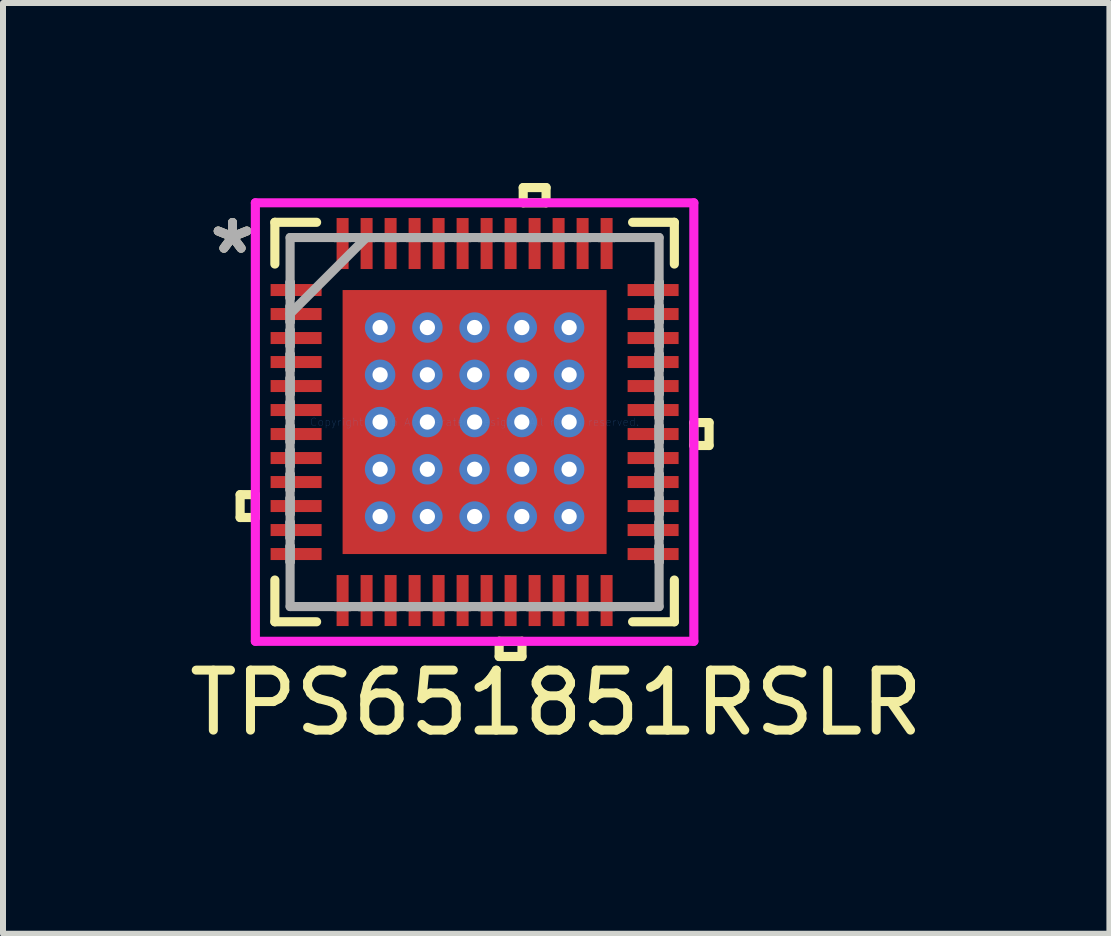
<source format=kicad_pcb>
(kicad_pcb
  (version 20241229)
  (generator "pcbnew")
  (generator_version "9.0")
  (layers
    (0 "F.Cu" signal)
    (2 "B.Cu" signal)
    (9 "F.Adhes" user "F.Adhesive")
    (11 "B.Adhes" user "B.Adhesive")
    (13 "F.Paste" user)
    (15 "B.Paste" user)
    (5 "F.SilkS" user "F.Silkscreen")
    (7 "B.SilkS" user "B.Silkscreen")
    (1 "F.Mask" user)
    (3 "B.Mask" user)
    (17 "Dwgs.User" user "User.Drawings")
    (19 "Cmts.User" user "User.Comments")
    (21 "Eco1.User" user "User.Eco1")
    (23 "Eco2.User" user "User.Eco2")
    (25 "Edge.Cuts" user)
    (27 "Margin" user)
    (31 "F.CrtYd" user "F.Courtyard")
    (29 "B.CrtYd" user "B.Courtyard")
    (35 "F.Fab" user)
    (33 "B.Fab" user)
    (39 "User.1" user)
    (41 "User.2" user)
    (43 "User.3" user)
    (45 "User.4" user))
  (footprint "TPS651851RSLR"
    (layer "F.Cu")
    (at 4.86 3.984)
    (property "Reference" "TPS651851RSLR" (at 1.36 4.68 0) (layer "F.SilkS") (effects (font (size 1 1) (thickness 0.15))))
    (attr smd)
    (fp_line (start -3.45 -2.35) (end -3.45 -2.05) (stroke (width 0.152) (type solid)) (layer "F.Mask"))
    (fp_line (start -3.45 -2.05) (end -2.5 -2.05) (stroke (width 0.152) (type solid)) (layer "F.Mask"))
    (fp_line (start -3.45 -1.95) (end -3.45 -1.65) (stroke (width 0.152) (type solid)) (layer "F.Mask"))
    (fp_line (start -3.45 -1.65) (end -2.5 -1.65) (stroke (width 0.152) (type solid)) (layer "F.Mask"))
    (fp_line (start -3.45 -1.55) (end -3.45 -1.25) (stroke (width 0.152) (type solid)) (layer "F.Mask"))
    (fp_line (start -3.45 -1.25) (end -2.5 -1.25) (stroke (width 0.152) (type solid)) (layer "F.Mask"))
    (fp_line (start -3.45 -1.15) (end -3.45 -0.85) (stroke (width 0.152) (type solid)) (layer "F.Mask"))
    (fp_line (start -3.45 -0.85) (end -2.5 -0.85) (stroke (width 0.152) (type solid)) (layer "F.Mask"))
    (fp_line (start -3.45 -0.75) (end -3.45 -0.45) (stroke (width 0.152) (type solid)) (layer "F.Mask"))
    (fp_line (start -3.45 -0.45) (end -2.5 -0.45) (stroke (width 0.152) (type solid)) (layer "F.Mask"))
    (fp_line (start -3.45 -0.35) (end -3.45 -0.05) (stroke (width 0.152) (type solid)) (layer "F.Mask"))
    (fp_line (start -3.45 -0.05) (end -2.5 -0.05) (stroke (width 0.152) (type solid)) (layer "F.Mask"))
    (fp_line (start -3.45 0.05) (end -3.45 0.35) (stroke (width 0.152) (type solid)) (layer "F.Mask"))
    (fp_line (start -3.45 0.35) (end -2.5 0.35) (stroke (width 0.152) (type solid)) (layer "F.Mask"))
    (fp_line (start -3.45 0.45) (end -3.45 0.75) (stroke (width 0.152) (type solid)) (layer "F.Mask"))
    (fp_line (start -3.45 0.75) (end -2.5 0.75) (stroke (width 0.152) (type solid)) (layer "F.Mask"))
    (fp_line (start -3.45 0.85) (end -3.45 1.15) (stroke (width 0.152) (type solid)) (layer "F.Mask"))
    (fp_line (start -3.45 1.15) (end -2.5 1.15) (stroke (width 0.152) (type solid)) (layer "F.Mask"))
    (fp_line (start -3.45 1.25) (end -3.45 1.55) (stroke (width 0.152) (type solid)) (layer "F.Mask"))
    (fp_line (start -3.45 1.55) (end -2.5 1.55) (stroke (width 0.152) (type solid)) (layer "F.Mask"))
    (fp_line (start -3.45 1.65) (end -3.45 1.95) (stroke (width 0.152) (type solid)) (layer "F.Mask"))
    (fp_line (start -3.45 1.95) (end -2.5 1.95) (stroke (width 0.152) (type solid)) (layer "F.Mask"))
    (fp_line (start -3.45 2.05) (end -3.45 2.35) (stroke (width 0.152) (type solid)) (layer "F.Mask"))
    (fp_line (start -3.45 2.35) (end -2.5 2.35) (stroke (width 0.152) (type solid)) (layer "F.Mask"))
    (fp_line (start -2.5 -2.35) (end -3.45 -2.35) (stroke (width 0.152) (type solid)) (layer "F.Mask"))
    (fp_line (start -2.5 -2.05) (end -2.5 -2.35) (stroke (width 0.152) (type solid)) (layer "F.Mask"))
    (fp_line (start -2.5 -1.95) (end -3.45 -1.95) (stroke (width 0.152) (type solid)) (layer "F.Mask"))
    (fp_line (start -2.5 -1.65) (end -2.5 -1.95) (stroke (width 0.152) (type solid)) (layer "F.Mask"))
    (fp_line (start -2.5 -1.55) (end -3.45 -1.55) (stroke (width 0.152) (type solid)) (layer "F.Mask"))
    (fp_line (start -2.5 -1.25) (end -2.5 -1.55) (stroke (width 0.152) (type solid)) (layer "F.Mask"))
    (fp_line (start -2.5 -1.15) (end -3.45 -1.15) (stroke (width 0.152) (type solid)) (layer "F.Mask"))
    (fp_line (start -2.5 -0.85) (end -2.5 -1.15) (stroke (width 0.152) (type solid)) (layer "F.Mask"))
    (fp_line (start -2.5 -0.75) (end -3.45 -0.75) (stroke (width 0.152) (type solid)) (layer "F.Mask"))
    (fp_line (start -2.5 -0.45) (end -2.5 -0.75) (stroke (width 0.152) (type solid)) (layer "F.Mask"))
    (fp_line (start -2.5 -0.35) (end -3.45 -0.35) (stroke (width 0.152) (type solid)) (layer "F.Mask"))
    (fp_line (start -2.5 -0.05) (end -2.5 -0.35) (stroke (width 0.152) (type solid)) (layer "F.Mask"))
    (fp_line (start -2.5 0.05) (end -3.45 0.05) (stroke (width 0.152) (type solid)) (layer "F.Mask"))
    (fp_line (start -2.5 0.35) (end -2.5 0.05) (stroke (width 0.152) (type solid)) (layer "F.Mask"))
    (fp_line (start -2.5 0.45) (end -3.45 0.45) (stroke (width 0.152) (type solid)) (layer "F.Mask"))
    (fp_line (start -2.5 0.75) (end -2.5 0.45) (stroke (width 0.152) (type solid)) (layer "F.Mask"))
    (fp_line (start -2.5 0.85) (end -3.45 0.85) (stroke (width 0.152) (type solid)) (layer "F.Mask"))
    (fp_line (start -2.5 1.15) (end -2.5 0.85) (stroke (width 0.152) (type solid)) (layer "F.Mask"))
    (fp_line (start -2.5 1.25) (end -3.45 1.25) (stroke (width 0.152) (type solid)) (layer "F.Mask"))
    (fp_line (start -2.5 1.55) (end -2.5 1.25) (stroke (width 0.152) (type solid)) (layer "F.Mask"))
    (fp_line (start -2.5 1.65) (end -3.45 1.65) (stroke (width 0.152) (type solid)) (layer "F.Mask"))
    (fp_line (start -2.5 1.95) (end -2.5 1.65) (stroke (width 0.152) (type solid)) (layer "F.Mask"))
    (fp_line (start -2.5 2.05) (end -3.45 2.05) (stroke (width 0.152) (type solid)) (layer "F.Mask"))
    (fp_line (start -2.5 2.35) (end -2.5 2.05) (stroke (width 0.152) (type solid)) (layer "F.Mask"))
    (fp_line (start -2.35 -3.45) (end -2.35 -2.5) (stroke (width 0.152) (type solid)) (layer "F.Mask"))
    (fp_line (start -2.35 -2.5) (end -2.05 -2.5) (stroke (width 0.152) (type solid)) (layer "F.Mask"))
    (fp_line (start -2.35 2.5) (end -2.35 3.45) (stroke (width 0.152) (type solid)) (layer "F.Mask"))
    (fp_line (start -2.35 3.45) (end -2.05 3.45) (stroke (width 0.152) (type solid)) (layer "F.Mask"))
    (fp_line (start -2.263 -2.263) (end -1.775 -2.263) (stroke (width 0.152) (type solid)) (layer "F.Mask"))
    (fp_line (start -2.263 -2.263) (end 2.263 -2.263) (stroke (width 0.152) (type solid)) (layer "F.Mask"))
    (fp_line (start -2.263 -1.775) (end -2.263 -2.263) (stroke (width 0.152) (type solid)) (layer "F.Mask"))
    (fp_line (start -2.263 -1.375) (end 2.263 -1.375) (stroke (width 0.152) (type solid)) (layer "F.Mask"))
    (fp_line (start -2.263 -0.987) (end -2.263 -1.375) (stroke (width 0.152) (type solid)) (layer "F.Mask"))
    (fp_line (start -2.263 -0.587) (end 2.263 -0.587) (stroke (width 0.152) (type solid)) (layer "F.Mask"))
    (fp_line (start -2.263 -0.2) (end -2.263 -0.587) (stroke (width 0.152) (type solid)) (layer "F.Mask"))
    (fp_line (start -2.263 0.2) (end 2.263 0.2) (stroke (width 0.152) (type solid)) (layer "F.Mask"))
    (fp_line (start -2.263 0.587) (end -2.263 0.2) (stroke (width 0.152) (type solid)) (layer "F.Mask"))
    (fp_line (start -2.263 0.987) (end 2.263 0.987) (stroke (width 0.152) (type solid)) (layer "F.Mask"))
    (fp_line (start -2.263 1.375) (end -2.263 0.987) (stroke (width 0.152) (type solid)) (layer "F.Mask"))
    (fp_line (start -2.263 1.775) (end 2.263 1.775) (stroke (width 0.152) (type solid)) (layer "F.Mask"))
    (fp_line (start -2.263 2.263) (end -2.263 -2.263) (stroke (width 0.152) (type solid)) (layer "F.Mask"))
    (fp_line (start -2.263 2.263) (end -2.263 1.775) (stroke (width 0.152) (type solid)) (layer "F.Mask"))
    (fp_line (start -2.05 -3.45) (end -2.35 -3.45) (stroke (width 0.152) (type solid)) (layer "F.Mask"))
    (fp_line (start -2.05 -2.5) (end -2.05 -3.45) (stroke (width 0.152) (type solid)) (layer "F.Mask"))
    (fp_line (start -2.05 2.5) (end -2.35 2.5) (stroke (width 0.152) (type solid)) (layer "F.Mask"))
    (fp_line (start -2.05 3.45) (end -2.05 2.5) (stroke (width 0.152) (type solid)) (layer "F.Mask"))
    (fp_line (start -1.95 -3.45) (end -1.95 -2.5) (stroke (width 0.152) (type solid)) (layer "F.Mask"))
    (fp_line (start -1.95 -2.5) (end -1.65 -2.5) (stroke (width 0.152) (type solid)) (layer "F.Mask"))
    (fp_line (start -1.95 2.5) (end -1.95 3.45) (stroke (width 0.152) (type solid)) (layer "F.Mask"))
    (fp_line (start -1.95 3.45) (end -1.65 3.45) (stroke (width 0.152) (type solid)) (layer "F.Mask"))
    (fp_line (start -1.775 -2.263) (end -1.775 2.263) (stroke (width 0.152) (type solid)) (layer "F.Mask"))
    (fp_line (start -1.775 2.263) (end -2.263 2.263) (stroke (width 0.152) (type solid)) (layer "F.Mask"))
    (fp_line (start -1.65 -3.45) (end -1.95 -3.45) (stroke (width 0.152) (type solid)) (layer "F.Mask"))
    (fp_line (start -1.65 -2.5) (end -1.65 -3.45) (stroke (width 0.152) (type solid)) (layer "F.Mask"))
    (fp_line (start -1.65 2.5) (end -1.95 2.5) (stroke (width 0.152) (type solid)) (layer "F.Mask"))
    (fp_line (start -1.65 3.45) (end -1.65 2.5) (stroke (width 0.152) (type solid)) (layer "F.Mask"))
    (fp_line (start -1.55 -3.45) (end -1.55 -2.5) (stroke (width 0.152) (type solid)) (layer "F.Mask"))
    (fp_line (start -1.55 -2.5) (end -1.25 -2.5) (stroke (width 0.152) (type solid)) (layer "F.Mask"))
    (fp_line (start -1.55 2.5) (end -1.55 3.45) (stroke (width 0.152) (type solid)) (layer "F.Mask"))
    (fp_line (start -1.55 3.45) (end -1.25 3.45) (stroke (width 0.152) (type solid)) (layer "F.Mask"))
    (fp_line (start -1.375 -2.263) (end -1.375 2.263) (stroke (width 0.152) (type solid)) (layer "F.Mask"))
    (fp_line (start -1.375 2.263) (end -0.987 2.263) (stroke (width 0.152) (type solid)) (layer "F.Mask"))
    (fp_line (start -1.25 -3.45) (end -1.55 -3.45) (stroke (width 0.152) (type solid)) (layer "F.Mask"))
    (fp_line (start -1.25 -2.5) (end -1.25 -3.45) (stroke (width 0.152) (type solid)) (layer "F.Mask"))
    (fp_line (start -1.25 2.5) (end -1.55 2.5) (stroke (width 0.152) (type solid)) (layer "F.Mask"))
    (fp_line (start -1.25 3.45) (end -1.25 2.5) (stroke (width 0.152) (type solid)) (layer "F.Mask"))
    (fp_line (start -1.15 -3.45) (end -1.15 -2.5) (stroke (width 0.152) (type solid)) (layer "F.Mask"))
    (fp_line (start -1.15 -2.5) (end -0.85 -2.5) (stroke (width 0.152) (type solid)) (layer "F.Mask"))
    (fp_line (start -1.15 2.5) (end -1.15 3.45) (stroke (width 0.152) (type solid)) (layer "F.Mask"))
    (fp_line (start -1.15 3.45) (end -0.85 3.45) (stroke (width 0.152) (type solid)) (layer "F.Mask"))
    (fp_line (start -0.987 -2.263) (end -1.375 -2.263) (stroke (width 0.152) (type solid)) (layer "F.Mask"))
    (fp_line (start -0.987 2.263) (end -0.987 -2.263) (stroke (width 0.152) (type solid)) (layer "F.Mask"))
    (fp_line (start -0.85 -3.45) (end -1.15 -3.45) (stroke (width 0.152) (type solid)) (layer "F.Mask"))
    (fp_line (start -0.85 -2.5) (end -0.85 -3.45) (stroke (width 0.152) (type solid)) (layer "F.Mask"))
    (fp_line (start -0.85 2.5) (end -1.15 2.5) (stroke (width 0.152) (type solid)) (layer "F.Mask"))
    (fp_line (start -0.85 3.45) (end -0.85 2.5) (stroke (width 0.152) (type solid)) (layer "F.Mask"))
    (fp_line (start -0.75 2.5) (end -0.75 3.45) (stroke (width 0.152) (type solid)) (layer "F.Mask"))
    (fp_line (start -0.75 3.45) (end -0.45 3.45) (stroke (width 0.152) (type solid)) (layer "F.Mask"))
    (fp_line (start -0.75 -3.45) (end -0.75 -2.5) (stroke (width 0.152) (type solid)) (layer "F.Mask"))
    (fp_line (start -0.75 -2.5) (end -0.45 -2.5) (stroke (width 0.152) (type solid)) (layer "F.Mask"))
    (fp_line (start -0.587 -2.263) (end -0.587 2.263) (stroke (width 0.152) (type solid)) (layer "F.Mask"))
    (fp_line (start -0.587 2.263) (end -0.2 2.263) (stroke (width 0.152) (type solid)) (layer "F.Mask"))
    (fp_line (start -0.45 -3.45) (end -0.75 -3.45) (stroke (width 0.152) (type solid)) (layer "F.Mask"))
    (fp_line (start -0.45 -2.5) (end -0.45 -3.45) (stroke (width 0.152) (type solid)) (layer "F.Mask"))
    (fp_line (start -0.45 2.5) (end -0.75 2.5) (stroke (width 0.152) (type solid)) (layer "F.Mask"))
    (fp_line (start -0.45 3.45) (end -0.45 2.5) (stroke (width 0.152) (type solid)) (layer "F.Mask"))
    (fp_line (start -0.35 -3.45) (end -0.35 -2.5) (stroke (width 0.152) (type solid)) (layer "F.Mask"))
    (fp_line (start -0.35 -2.5) (end -0.05 -2.5) (stroke (width 0.152) (type solid)) (layer "F.Mask"))
    (fp_line (start -0.35 2.5) (end -0.35 3.45) (stroke (width 0.152) (type solid)) (layer "F.Mask"))
    (fp_line (start -0.35 3.45) (end -0.05 3.45) (stroke (width 0.152) (type solid)) (layer "F.Mask"))
    (fp_line (start -0.2 -2.263) (end -0.587 -2.263) (stroke (width 0.152) (type solid)) (layer "F.Mask"))
    (fp_line (start -0.2 2.263) (end -0.2 -2.263) (stroke (width 0.152) (type solid)) (layer "F.Mask"))
    (fp_line (start -0.05 -3.45) (end -0.35 -3.45) (stroke (width 0.152) (type solid)) (layer "F.Mask"))
    (fp_line (start -0.05 -2.5) (end -0.05 -3.45) (stroke (width 0.152) (type solid)) (layer "F.Mask"))
    (fp_line (start -0.05 2.5) (end -0.35 2.5) (stroke (width 0.152) (type solid)) (layer "F.Mask"))
    (fp_line (start -0.05 3.45) (end -0.05 2.5) (stroke (width 0.152) (type solid)) (layer "F.Mask"))
    (fp_line (start 0.05 -3.45) (end 0.05 -2.5) (stroke (width 0.152) (type solid)) (layer "F.Mask"))
    (fp_line (start 0.05 -2.5) (end 0.35 -2.5) (stroke (width 0.152) (type solid)) (layer "F.Mask"))
    (fp_line (start 0.05 2.5) (end 0.05 3.45) (stroke (width 0.152) (type solid)) (layer "F.Mask"))
    (fp_line (start 0.05 3.45) (end 0.35 3.45) (stroke (width 0.152) (type solid)) (layer "F.Mask"))
    (fp_line (start 0.2 -2.263) (end 0.2 2.263) (stroke (width 0.152) (type solid)) (layer "F.Mask"))
    (fp_line (start 0.2 2.263) (end 0.587 2.263) (stroke (width 0.152) (type solid)) (layer "F.Mask"))
    (fp_line (start 0.35 -3.45) (end 0.05 -3.45) (stroke (width 0.152) (type solid)) (layer "F.Mask"))
    (fp_line (start 0.35 -2.5) (end 0.35 -3.45) (stroke (width 0.152) (type solid)) (layer "F.Mask"))
    (fp_line (start 0.35 2.5) (end 0.05 2.5) (stroke (width 0.152) (type solid)) (layer "F.Mask"))
    (fp_line (start 0.35 3.45) (end 0.35 2.5) (stroke (width 0.152) (type solid)) (layer "F.Mask"))
    (fp_line (start 0.45 -3.45) (end 0.45 -2.5) (stroke (width 0.152) (type solid)) (layer "F.Mask"))
    (fp_line (start 0.45 -2.5) (end 0.75 -2.5) (stroke (width 0.152) (type solid)) (layer "F.Mask"))
    (fp_line (start 0.45 2.5) (end 0.45 3.45) (stroke (width 0.152) (type solid)) (layer "F.Mask"))
    (fp_line (start 0.45 3.45) (end 0.75 3.45) (stroke (width 0.152) (type solid)) (layer "F.Mask"))
    (fp_line (start 0.587 -2.263) (end 0.2 -2.263) (stroke (width 0.152) (type solid)) (layer "F.Mask"))
    (fp_line (start 0.587 2.263) (end 0.587 -2.263) (stroke (width 0.152) (type solid)) (layer "F.Mask"))
    (fp_line (start 0.75 2.5) (end 0.45 2.5) (stroke (width 0.152) (type solid)) (layer "F.Mask"))
    (fp_line (start 0.75 3.45) (end 0.75 2.5) (stroke (width 0.152) (type solid)) (layer "F.Mask"))
    (fp_line (start 0.75 -3.45) (end 0.45 -3.45) (stroke (width 0.152) (type solid)) (layer "F.Mask"))
    (fp_line (start 0.75 -2.5) (end 0.75 -3.45) (stroke (width 0.152) (type solid)) (layer "F.Mask"))
    (fp_line (start 0.85 -3.45) (end 0.85 -2.5) (stroke (width 0.152) (type solid)) (layer "F.Mask"))
    (fp_line (start 0.85 -2.5) (end 1.15 -2.5) (stroke (width 0.152) (type solid)) (layer "F.Mask"))
    (fp_line (start 0.85 2.5) (end 0.85 3.45) (stroke (width 0.152) (type solid)) (layer "F.Mask"))
    (fp_line (start 0.85 3.45) (end 1.15 3.45) (stroke (width 0.152) (type solid)) (layer "F.Mask"))
    (fp_line (start 0.987 -2.263) (end 0.987 2.263) (stroke (width 0.152) (type solid)) (layer "F.Mask"))
    (fp_line (start 0.987 2.263) (end 1.375 2.263) (stroke (width 0.152) (type solid)) (layer "F.Mask"))
    (fp_line (start 1.15 -3.45) (end 0.85 -3.45) (stroke (width 0.152) (type solid)) (layer "F.Mask"))
    (fp_line (start 1.15 -2.5) (end 1.15 -3.45) (stroke (width 0.152) (type solid)) (layer "F.Mask"))
    (fp_line (start 1.15 2.5) (end 0.85 2.5) (stroke (width 0.152) (type solid)) (layer "F.Mask"))
    (fp_line (start 1.15 3.45) (end 1.15 2.5) (stroke (width 0.152) (type solid)) (layer "F.Mask"))
    (fp_line (start 1.25 -3.45) (end 1.25 -2.5) (stroke (width 0.152) (type solid)) (layer "F.Mask"))
    (fp_line (start 1.25 -2.5) (end 1.55 -2.5) (stroke (width 0.152) (type solid)) (layer "F.Mask"))
    (fp_line (start 1.25 2.5) (end 1.25 3.45) (stroke (width 0.152) (type solid)) (layer "F.Mask"))
    (fp_line (start 1.25 3.45) (end 1.55 3.45) (stroke (width 0.152) (type solid)) (layer "F.Mask"))
    (fp_line (start 1.375 -2.263) (end 0.987 -2.263) (stroke (width 0.152) (type solid)) (layer "F.Mask"))
    (fp_line (start 1.375 2.263) (end 1.375 -2.263) (stroke (width 0.152) (type solid)) (layer "F.Mask"))
    (fp_line (start 1.55 -3.45) (end 1.25 -3.45) (stroke (width 0.152) (type solid)) (layer "F.Mask"))
    (fp_line (start 1.55 -2.5) (end 1.55 -3.45) (stroke (width 0.152) (type solid)) (layer "F.Mask"))
    (fp_line (start 1.55 2.5) (end 1.25 2.5) (stroke (width 0.152) (type solid)) (layer "F.Mask"))
    (fp_line (start 1.55 3.45) (end 1.55 2.5) (stroke (width 0.152) (type solid)) (layer "F.Mask"))
    (fp_line (start 1.65 -3.45) (end 1.65 -2.5) (stroke (width 0.152) (type solid)) (layer "F.Mask"))
    (fp_line (start 1.65 -2.5) (end 1.95 -2.5) (stroke (width 0.152) (type solid)) (layer "F.Mask"))
    (fp_line (start 1.65 2.5) (end 1.65 3.45) (stroke (width 0.152) (type solid)) (layer "F.Mask"))
    (fp_line (start 1.65 3.45) (end 1.95 3.45) (stroke (width 0.152) (type solid)) (layer "F.Mask"))
    (fp_line (start 1.775 -2.263) (end 2.263 -2.263) (stroke (width 0.152) (type solid)) (layer "F.Mask"))
    (fp_line (start 1.775 2.263) (end 1.775 -2.263) (stroke (width 0.152) (type solid)) (layer "F.Mask"))
    (fp_line (start 1.95 -3.45) (end 1.65 -3.45) (stroke (width 0.152) (type solid)) (layer "F.Mask"))
    (fp_line (start 1.95 -2.5) (end 1.95 -3.45) (stroke (width 0.152) (type solid)) (layer "F.Mask"))
    (fp_line (start 1.95 2.5) (end 1.65 2.5) (stroke (width 0.152) (type solid)) (layer "F.Mask"))
    (fp_line (start 1.95 3.45) (end 1.95 2.5) (stroke (width 0.152) (type solid)) (layer "F.Mask"))
    (fp_line (start 2.05 -3.45) (end 2.05 -2.5) (stroke (width 0.152) (type solid)) (layer "F.Mask"))
    (fp_line (start 2.05 -2.5) (end 2.35 -2.5) (stroke (width 0.152) (type solid)) (layer "F.Mask"))
    (fp_line (start 2.05 2.5) (end 2.05 3.45) (stroke (width 0.152) (type solid)) (layer "F.Mask"))
    (fp_line (start 2.05 3.45) (end 2.35 3.45) (stroke (width 0.152) (type solid)) (layer "F.Mask"))
    (fp_line (start 2.263 -2.263) (end 2.263 -1.775) (stroke (width 0.152) (type solid)) (layer "F.Mask"))
    (fp_line (start 2.263 -2.263) (end 2.263 2.263) (stroke (width 0.152) (type solid)) (layer "F.Mask"))
    (fp_line (start 2.263 -1.775) (end -2.263 -1.775) (stroke (width 0.152) (type solid)) (layer "F.Mask"))
    (fp_line (start 2.263 -1.375) (end 2.263 -0.987) (stroke (width 0.152) (type solid)) (layer "F.Mask"))
    (fp_line (start 2.263 -0.987) (end -2.263 -0.987) (stroke (width 0.152) (type solid)) (layer "F.Mask"))
    (fp_line (start 2.263 -0.587) (end 2.263 -0.2) (stroke (width 0.152) (type solid)) (layer "F.Mask"))
    (fp_line (start 2.263 -0.2) (end -2.263 -0.2) (stroke (width 0.152) (type solid)) (layer "F.Mask"))
    (fp_line (start 2.263 0.2) (end 2.263 0.587) (stroke (width 0.152) (type solid)) (layer "F.Mask"))
    (fp_line (start 2.263 0.587) (end -2.263 0.587) (stroke (width 0.152) (type solid)) (layer "F.Mask"))
    (fp_line (start 2.263 0.987) (end 2.263 1.375) (stroke (width 0.152) (type solid)) (layer "F.Mask"))
    (fp_line (start 2.263 1.375) (end -2.263 1.375) (stroke (width 0.152) (type solid)) (layer "F.Mask"))
    (fp_line (start 2.263 1.775) (end 2.263 2.263) (stroke (width 0.152) (type solid)) (layer "F.Mask"))
    (fp_line (start 2.263 2.263) (end -2.263 2.263) (stroke (width 0.152) (type solid)) (layer "F.Mask"))
    (fp_line (start 2.263 2.263) (end 1.775 2.263) (stroke (width 0.152) (type solid)) (layer "F.Mask"))
    (fp_line (start 2.35 -3.45) (end 2.05 -3.45) (stroke (width 0.152) (type solid)) (layer "F.Mask"))
    (fp_line (start 2.35 -2.5) (end 2.35 -3.45) (stroke (width 0.152) (type solid)) (layer "F.Mask"))
    (fp_line (start 2.35 2.5) (end 2.05 2.5) (stroke (width 0.152) (type solid)) (layer "F.Mask"))
    (fp_line (start 2.35 3.45) (end 2.35 2.5) (stroke (width 0.152) (type solid)) (layer "F.Mask"))
    (fp_line (start 2.5 -2.35) (end 2.5 -2.05) (stroke (width 0.152) (type solid)) (layer "F.Mask"))
    (fp_line (start 2.5 -2.05) (end 3.45 -2.05) (stroke (width 0.152) (type solid)) (layer "F.Mask"))
    (fp_line (start 2.5 -1.95) (end 2.5 -1.65) (stroke (width 0.152) (type solid)) (layer "F.Mask"))
    (fp_line (start 2.5 -1.65) (end 3.45 -1.65) (stroke (width 0.152) (type solid)) (layer "F.Mask"))
    (fp_line (start 2.5 -1.55) (end 2.5 -1.25) (stroke (width 0.152) (type solid)) (layer "F.Mask"))
    (fp_line (start 2.5 -1.25) (end 3.45 -1.25) (stroke (width 0.152) (type solid)) (layer "F.Mask"))
    (fp_line (start 2.5 -1.15) (end 2.5 -0.85) (stroke (width 0.152) (type solid)) (layer "F.Mask"))
    (fp_line (start 2.5 -0.85) (end 3.45 -0.85) (stroke (width 0.152) (type solid)) (layer "F.Mask"))
    (fp_line (start 2.5 -0.75) (end 2.5 -0.45) (stroke (width 0.152) (type solid)) (layer "F.Mask"))
    (fp_line (start 2.5 -0.45) (end 3.45 -0.45) (stroke (width 0.152) (type solid)) (layer "F.Mask"))
    (fp_line (start 2.5 -0.35) (end 2.5 -0.05) (stroke (width 0.152) (type solid)) (layer "F.Mask"))
    (fp_line (start 2.5 -0.05) (end 3.45 -0.05) (stroke (width 0.152) (type solid)) (layer "F.Mask"))
    (fp_line (start 2.5 0.05) (end 2.5 0.35) (stroke (width 0.152) (type solid)) (layer "F.Mask"))
    (fp_line (start 2.5 0.35) (end 3.45 0.35) (stroke (width 0.152) (type solid)) (layer "F.Mask"))
    (fp_line (start 2.5 0.45) (end 2.5 0.75) (stroke (width 0.152) (type solid)) (layer "F.Mask"))
    (fp_line (start 2.5 0.75) (end 3.45 0.75) (stroke (width 0.152) (type solid)) (layer "F.Mask"))
    (fp_line (start 2.5 0.85) (end 2.5 1.15) (stroke (width 0.152) (type solid)) (layer "F.Mask"))
    (fp_line (start 2.5 1.15) (end 3.45 1.15) (stroke (width 0.152) (type solid)) (layer "F.Mask"))
    (fp_line (start 2.5 1.25) (end 2.5 1.55) (stroke (width 0.152) (type solid)) (layer "F.Mask"))
    (fp_line (start 2.5 1.55) (end 3.45 1.55) (stroke (width 0.152) (type solid)) (layer "F.Mask"))
    (fp_line (start 2.5 1.65) (end 2.5 1.95) (stroke (width 0.152) (type solid)) (layer "F.Mask"))
    (fp_line (start 2.5 1.95) (end 3.45 1.95) (stroke (width 0.152) (type solid)) (layer "F.Mask"))
    (fp_line (start 2.5 2.05) (end 2.5 2.35) (stroke (width 0.152) (type solid)) (layer "F.Mask"))
    (fp_line (start 2.5 2.35) (end 3.45 2.35) (stroke (width 0.152) (type solid)) (layer "F.Mask"))
    (fp_line (start 3.45 -2.35) (end 2.5 -2.35) (stroke (width 0.152) (type solid)) (layer "F.Mask"))
    (fp_line (start 3.45 -2.05) (end 3.45 -2.35) (stroke (width 0.152) (type solid)) (layer "F.Mask"))
    (fp_line (start 3.45 -1.95) (end 2.5 -1.95) (stroke (width 0.152) (type solid)) (layer "F.Mask"))
    (fp_line (start 3.45 -1.65) (end 3.45 -1.95) (stroke (width 0.152) (type solid)) (layer "F.Mask"))
    (fp_line (start 3.45 -1.55) (end 2.5 -1.55) (stroke (width 0.152) (type solid)) (layer "F.Mask"))
    (fp_line (start 3.45 -1.25) (end 3.45 -1.55) (stroke (width 0.152) (type solid)) (layer "F.Mask"))
    (fp_line (start 3.45 -1.15) (end 2.5 -1.15) (stroke (width 0.152) (type solid)) (layer "F.Mask"))
    (fp_line (start 3.45 -0.85) (end 3.45 -1.15) (stroke (width 0.152) (type solid)) (layer "F.Mask"))
    (fp_line (start 3.45 -0.75) (end 2.5 -0.75) (stroke (width 0.152) (type solid)) (layer "F.Mask"))
    (fp_line (start 3.45 -0.45) (end 3.45 -0.75) (stroke (width 0.152) (type solid)) (layer "F.Mask"))
    (fp_line (start 3.45 -0.35) (end 2.5 -0.35) (stroke (width 0.152) (type solid)) (layer "F.Mask"))
    (fp_line (start 3.45 -0.05) (end 3.45 -0.35) (stroke (width 0.152) (type solid)) (layer "F.Mask"))
    (fp_line (start 3.45 0.05) (end 2.5 0.05) (stroke (width 0.152) (type solid)) (layer "F.Mask"))
    (fp_line (start 3.45 0.35) (end 3.45 0.05) (stroke (width 0.152) (type solid)) (layer "F.Mask"))
    (fp_line (start 3.45 0.45) (end 2.5 0.45) (stroke (width 0.152) (type solid)) (layer "F.Mask"))
    (fp_line (start 3.45 0.75) (end 3.45 0.45) (stroke (width 0.152) (type solid)) (layer "F.Mask"))
    (fp_line (start 3.45 0.85) (end 2.5 0.85) (stroke (width 0.152) (type solid)) (layer "F.Mask"))
    (fp_line (start 3.45 1.15) (end 3.45 0.85) (stroke (width 0.152) (type solid)) (layer "F.Mask"))
    (fp_line (start 3.45 1.25) (end 2.5 1.25) (stroke (width 0.152) (type solid)) (layer "F.Mask"))
    (fp_line (start 3.45 1.55) (end 3.45 1.25) (stroke (width 0.152) (type solid)) (layer "F.Mask"))
    (fp_line (start 3.45 1.65) (end 2.5 1.65) (stroke (width 0.152) (type solid)) (layer "F.Mask"))
    (fp_line (start 3.45 1.95) (end 3.45 1.65) (stroke (width 0.152) (type solid)) (layer "F.Mask"))
    (fp_line (start 3.45 2.05) (end 2.5 2.05) (stroke (width 0.152) (type solid)) (layer "F.Mask"))
    (fp_line (start 3.45 2.35) (end 3.45 2.05) (stroke (width 0.152) (type solid)) (layer "F.Mask"))
    (fp_line (start -3.908 1.21) (end -3.908 1.591) (stroke (width 0.152) (type solid)) (layer "F.SilkS"))
    (fp_line (start -3.908 1.591) (end -3.654 1.591) (stroke (width 0.152) (type solid)) (layer "F.SilkS"))
    (fp_line (start -3.654 1.21) (end -3.908 1.21) (stroke (width 0.152) (type solid)) (layer "F.SilkS"))
    (fp_line (start -3.654 1.591) (end -3.654 1.21) (stroke (width 0.152) (type solid)) (layer "F.SilkS"))
    (fp_line (start -3.329 -3.329) (end -3.329 -2.633) (stroke (width 0.152) (type solid)) (layer "F.SilkS"))
    (fp_line (start -3.329 2.633) (end -3.329 3.329) (stroke (width 0.152) (type solid)) (layer "F.SilkS"))
    (fp_line (start -3.329 3.329) (end -2.633 3.329) (stroke (width 0.152) (type solid)) (layer "F.SilkS"))
    (fp_line (start -2.633 -3.329) (end -3.329 -3.329) (stroke (width 0.152) (type solid)) (layer "F.SilkS"))
    (fp_line (start 0.409 3.654) (end 0.409 3.908) (stroke (width 0.152) (type solid)) (layer "F.SilkS"))
    (fp_line (start 0.409 3.908) (end 0.79 3.908) (stroke (width 0.152) (type solid)) (layer "F.SilkS"))
    (fp_line (start 0.79 3.654) (end 0.409 3.654) (stroke (width 0.152) (type solid)) (layer "F.SilkS"))
    (fp_line (start 0.79 3.908) (end 0.79 3.654) (stroke (width 0.152) (type solid)) (layer "F.SilkS"))
    (fp_line (start 0.81 -3.908) (end 1.191 -3.908) (stroke (width 0.152) (type solid)) (layer "F.SilkS"))
    (fp_line (start 0.81 -3.654) (end 0.81 -3.908) (stroke (width 0.152) (type solid)) (layer "F.SilkS"))
    (fp_line (start 1.191 -3.908) (end 1.191 -3.654) (stroke (width 0.152) (type solid)) (layer "F.SilkS"))
    (fp_line (start 1.191 -3.654) (end 0.81 -3.654) (stroke (width 0.152) (type solid)) (layer "F.SilkS"))
    (fp_line (start 2.633 3.329) (end 3.329 3.329) (stroke (width 0.152) (type solid)) (layer "F.SilkS"))
    (fp_line (start 3.329 -3.329) (end 2.633 -3.329) (stroke (width 0.152) (type solid)) (layer "F.SilkS"))
    (fp_line (start 3.329 -2.633) (end 3.329 -3.329) (stroke (width 0.152) (type solid)) (layer "F.SilkS"))
    (fp_line (start 3.329 3.329) (end 3.329 2.633) (stroke (width 0.152) (type solid)) (layer "F.SilkS"))
    (fp_line (start 3.654 0.009) (end 3.908 0.009) (stroke (width 0.152) (type solid)) (layer "F.SilkS"))
    (fp_line (start 3.654 0.391) (end 3.654 0.009) (stroke (width 0.152) (type solid)) (layer "F.SilkS"))
    (fp_line (start 3.908 0.009) (end 3.908 0.391) (stroke (width 0.152) (type solid)) (layer "F.SilkS"))
    (fp_line (start 3.908 0.391) (end 3.654 0.391) (stroke (width 0.152) (type solid)) (layer "F.SilkS"))
    (fp_line (start -3.375 -2.275) (end -3.375 -2.125) (stroke (width 0.152) (type solid)) (layer "F.Paste"))
    (fp_line (start -3.375 -2.125) (end -2.575 -2.125) (stroke (width 0.152) (type solid)) (layer "F.Paste"))
    (fp_line (start -3.375 -1.875) (end -3.375 -1.725) (stroke (width 0.152) (type solid)) (layer "F.Paste"))
    (fp_line (start -3.375 -1.725) (end -2.575 -1.725) (stroke (width 0.152) (type solid)) (layer "F.Paste"))
    (fp_line (start -3.375 -1.475) (end -3.375 -1.325) (stroke (width 0.152) (type solid)) (layer "F.Paste"))
    (fp_line (start -3.375 -1.325) (end -2.575 -1.325) (stroke (width 0.152) (type solid)) (layer "F.Paste"))
    (fp_line (start -3.375 -1.075) (end -3.375 -0.925) (stroke (width 0.152) (type solid)) (layer "F.Paste"))
    (fp_line (start -3.375 -0.925) (end -2.575 -0.925) (stroke (width 0.152) (type solid)) (layer "F.Paste"))
    (fp_line (start -3.375 -0.675) (end -3.375 -0.525) (stroke (width 0.152) (type solid)) (layer "F.Paste"))
    (fp_line (start -3.375 -0.525) (end -2.575 -0.525) (stroke (width 0.152) (type solid)) (layer "F.Paste"))
    (fp_line (start -3.375 -0.275) (end -3.375 -0.125) (stroke (width 0.152) (type solid)) (layer "F.Paste"))
    (fp_line (start -3.375 -0.125) (end -2.575 -0.125) (stroke (width 0.152) (type solid)) (layer "F.Paste"))
    (fp_line (start -3.375 0.125) (end -3.375 0.275) (stroke (width 0.152) (type solid)) (layer "F.Paste"))
    (fp_line (start -3.375 0.275) (end -2.575 0.275) (stroke (width 0.152) (type solid)) (layer "F.Paste"))
    (fp_line (start -3.375 0.525) (end -3.375 0.675) (stroke (width 0.152) (type solid)) (layer "F.Paste"))
    (fp_line (start -3.375 0.675) (end -2.575 0.675) (stroke (width 0.152) (type solid)) (layer "F.Paste"))
    (fp_line (start -3.375 0.925) (end -3.375 1.075) (stroke (width 0.152) (type solid)) (layer "F.Paste"))
    (fp_line (start -3.375 1.075) (end -2.575 1.075) (stroke (width 0.152) (type solid)) (layer "F.Paste"))
    (fp_line (start -3.375 1.325) (end -3.375 1.475) (stroke (width 0.152) (type solid)) (layer "F.Paste"))
    (fp_line (start -3.375 1.475) (end -2.575 1.475) (stroke (width 0.152) (type solid)) (layer "F.Paste"))
    (fp_line (start -3.375 1.725) (end -3.375 1.875) (stroke (width 0.152) (type solid)) (layer "F.Paste"))
    (fp_line (start -3.375 1.875) (end -2.575 1.875) (stroke (width 0.152) (type solid)) (layer "F.Paste"))
    (fp_line (start -3.375 2.125) (end -3.375 2.275) (stroke (width 0.152) (type solid)) (layer "F.Paste"))
    (fp_line (start -3.375 2.275) (end -2.575 2.275) (stroke (width 0.152) (type solid)) (layer "F.Paste"))
    (fp_line (start -2.575 -2.275) (end -3.375 -2.275) (stroke (width 0.152) (type solid)) (layer "F.Paste"))
    (fp_line (start -2.575 -2.125) (end -2.575 -2.275) (stroke (width 0.152) (type solid)) (layer "F.Paste"))
    (fp_line (start -2.575 -1.875) (end -3.375 -1.875) (stroke (width 0.152) (type solid)) (layer "F.Paste"))
    (fp_line (start -2.575 -1.725) (end -2.575 -1.875) (stroke (width 0.152) (type solid)) (layer "F.Paste"))
    (fp_line (start -2.575 -1.475) (end -3.375 -1.475) (stroke (width 0.152) (type solid)) (layer "F.Paste"))
    (fp_line (start -2.575 -1.325) (end -2.575 -1.475) (stroke (width 0.152) (type solid)) (layer "F.Paste"))
    (fp_line (start -2.575 -1.075) (end -3.375 -1.075) (stroke (width 0.152) (type solid)) (layer "F.Paste"))
    (fp_line (start -2.575 -0.925) (end -2.575 -1.075) (stroke (width 0.152) (type solid)) (layer "F.Paste"))
    (fp_line (start -2.575 -0.675) (end -3.375 -0.675) (stroke (width 0.152) (type solid)) (layer "F.Paste"))
    (fp_line (start -2.575 -0.525) (end -2.575 -0.675) (stroke (width 0.152) (type solid)) (layer "F.Paste"))
    (fp_line (start -2.575 -0.275) (end -3.375 -0.275) (stroke (width 0.152) (type solid)) (layer "F.Paste"))
    (fp_line (start -2.575 -0.125) (end -2.575 -0.275) (stroke (width 0.152) (type solid)) (layer "F.Paste"))
    (fp_line (start -2.575 0.125) (end -3.375 0.125) (stroke (width 0.152) (type solid)) (layer "F.Paste"))
    (fp_line (start -2.575 0.275) (end -2.575 0.125) (stroke (width 0.152) (type solid)) (layer "F.Paste"))
    (fp_line (start -2.575 0.525) (end -3.375 0.525) (stroke (width 0.152) (type solid)) (layer "F.Paste"))
    (fp_line (start -2.575 0.675) (end -2.575 0.525) (stroke (width 0.152) (type solid)) (layer "F.Paste"))
    (fp_line (start -2.575 0.925) (end -3.375 0.925) (stroke (width 0.152) (type solid)) (layer "F.Paste"))
    (fp_line (start -2.575 1.075) (end -2.575 0.925) (stroke (width 0.152) (type solid)) (layer "F.Paste"))
    (fp_line (start -2.575 1.325) (end -3.375 1.325) (stroke (width 0.152) (type solid)) (layer "F.Paste"))
    (fp_line (start -2.575 1.475) (end -2.575 1.325) (stroke (width 0.152) (type solid)) (layer "F.Paste"))
    (fp_line (start -2.575 1.725) (end -3.375 1.725) (stroke (width 0.152) (type solid)) (layer "F.Paste"))
    (fp_line (start -2.575 1.875) (end -2.575 1.725) (stroke (width 0.152) (type solid)) (layer "F.Paste"))
    (fp_line (start -2.575 2.125) (end -3.375 2.125) (stroke (width 0.152) (type solid)) (layer "F.Paste"))
    (fp_line (start -2.575 2.275) (end -2.575 2.125) (stroke (width 0.152) (type solid)) (layer "F.Paste"))
    (fp_line (start -2.275 -3.375) (end -2.275 -2.575) (stroke (width 0.152) (type solid)) (layer "F.Paste"))
    (fp_line (start -2.275 -2.575) (end -2.125 -2.575) (stroke (width 0.152) (type solid)) (layer "F.Paste"))
    (fp_line (start -2.275 2.575) (end -2.275 3.375) (stroke (width 0.152) (type solid)) (layer "F.Paste"))
    (fp_line (start -2.275 3.375) (end -2.125 3.375) (stroke (width 0.152) (type solid)) (layer "F.Paste"))
    (fp_line (start -2.125 -2.125) (end -2.125 -1.675) (stroke (width 0.152) (type solid)) (layer "F.Paste"))
    (fp_line (start -2.125 -1.675) (end -1.816 -1.675) (stroke (width 0.152) (type solid)) (layer "F.Paste"))
    (fp_line (start -2.125 -1.475) (end -2.125 -0.887) (stroke (width 0.152) (type solid)) (layer "F.Paste"))
    (fp_line (start -2.125 -0.887) (end -1.816 -0.887) (stroke (width 0.152) (type solid)) (layer "F.Paste"))
    (fp_line (start -2.125 -0.687) (end -2.125 -0.1) (stroke (width 0.152) (type solid)) (layer "F.Paste"))
    (fp_line (start -2.125 -0.1) (end -1.816 -0.1) (stroke (width 0.152) (type solid)) (layer "F.Paste"))
    (fp_line (start -2.125 0.1) (end -2.125 0.687) (stroke (width 0.152) (type solid)) (layer "F.Paste"))
    (fp_line (start -2.125 0.687) (end -1.816 0.687) (stroke (width 0.152) (type solid)) (layer "F.Paste"))
    (fp_line (start -2.125 0.887) (end -2.125 1.475) (stroke (width 0.152) (type solid)) (layer "F.Paste"))
    (fp_line (start -2.125 1.475) (end -1.816 1.475) (stroke (width 0.152) (type solid)) (layer "F.Paste"))
    (fp_line (start -2.125 1.675) (end -2.125 2.125) (stroke (width 0.152) (type solid)) (layer "F.Paste"))
    (fp_line (start -2.125 2.125) (end -1.675 2.125) (stroke (width 0.152) (type solid)) (layer "F.Paste"))
    (fp_line (start -2.125 -3.375) (end -2.275 -3.375) (stroke (width 0.152) (type solid)) (layer "F.Paste"))
    (fp_line (start -2.125 -2.575) (end -2.125 -3.375) (stroke (width 0.152) (type solid)) (layer "F.Paste"))
    (fp_line (start -2.125 2.575) (end -2.275 2.575) (stroke (width 0.152) (type solid)) (layer "F.Paste"))
    (fp_line (start -2.125 3.375) (end -2.125 2.575) (stroke (width 0.152) (type solid)) (layer "F.Paste"))
    (fp_line (start -1.875 -3.375) (end -1.875 -2.575) (stroke (width 0.152) (type solid)) (layer "F.Paste"))
    (fp_line (start -1.875 -2.575) (end -1.725 -2.575) (stroke (width 0.152) (type solid)) (layer "F.Paste"))
    (fp_line (start -1.875 2.575) (end -1.875 3.375) (stroke (width 0.152) (type solid)) (layer "F.Paste"))
    (fp_line (start -1.875 3.375) (end -1.725 3.375) (stroke (width 0.152) (type solid)) (layer "F.Paste"))
    (fp_line (start -1.816 -1.675) (end -1.816 -1.675) (stroke (width 0.152) (type solid)) (layer "F.Paste"))
    (fp_line (start -1.816 -1.675) (end -1.675 -1.816) (stroke (width 0.152) (type solid)) (layer "F.Paste"))
    (fp_line (start -1.816 -1.475) (end -2.125 -1.475) (stroke (width 0.152) (type solid)) (layer "F.Paste"))
    (fp_line (start -1.816 -1.475) (end -1.816 -1.475) (stroke (width 0.152) (type solid)) (layer "F.Paste"))
    (fp_line (start -1.816 -0.887) (end -1.816 -0.887) (stroke (width 0.152) (type solid)) (layer "F.Paste"))
    (fp_line (start -1.816 -0.887) (end -1.675 -1.029) (stroke (width 0.152) (type solid)) (layer "F.Paste"))
    (fp_line (start -1.816 -0.687) (end -2.125 -0.687) (stroke (width 0.152) (type solid)) (layer "F.Paste"))
    (fp_line (start -1.816 -0.687) (end -1.816 -0.687) (stroke (width 0.152) (type solid)) (layer "F.Paste"))
    (fp_line (start -1.816 -0.1) (end -1.816 -0.1) (stroke (width 0.152) (type solid)) (layer "F.Paste"))
    (fp_line (start -1.816 -0.1) (end -1.675 -0.241) (stroke (width 0.152) (type solid)) (layer "F.Paste"))
    (fp_line (start -1.816 0.1) (end -2.125 0.1) (stroke (width 0.152) (type solid)) (layer "F.Paste"))
    (fp_line (start -1.816 0.1) (end -1.816 0.1) (stroke (width 0.152) (type solid)) (layer "F.Paste"))
    (fp_line (start -1.816 0.687) (end -1.816 0.687) (stroke (width 0.152) (type solid)) (layer "F.Paste"))
    (fp_line (start -1.816 0.687) (end -1.675 0.546) (stroke (width 0.152) (type solid)) (layer "F.Paste"))
    (fp_line (start -1.816 0.887) (end -2.125 0.887) (stroke (width 0.152) (type solid)) (layer "F.Paste"))
    (fp_line (start -1.816 0.887) (end -1.816 0.887) (stroke (width 0.152) (type solid)) (layer "F.Paste"))
    (fp_line (start -1.816 1.475) (end -1.816 1.475) (stroke (width 0.152) (type solid)) (layer "F.Paste"))
    (fp_line (start -1.816 1.475) (end -1.675 1.333) (stroke (width 0.152) (type solid)) (layer "F.Paste"))
    (fp_line (start -1.816 1.675) (end -2.125 1.675) (stroke (width 0.152) (type solid)) (layer "F.Paste"))
    (fp_line (start -1.816 1.675) (end -1.816 1.675) (stroke (width 0.152) (type solid)) (layer "F.Paste"))
    (fp_line (start -1.725 -3.375) (end -1.875 -3.375) (stroke (width 0.152) (type solid)) (layer "F.Paste"))
    (fp_line (start -1.725 -2.575) (end -1.725 -3.375) (stroke (width 0.152) (type solid)) (layer "F.Paste"))
    (fp_line (start -1.725 2.575) (end -1.875 2.575) (stroke (width 0.152) (type solid)) (layer "F.Paste"))
    (fp_line (start -1.725 3.375) (end -1.725 2.575) (stroke (width 0.152) (type solid)) (layer "F.Paste"))
    (fp_line (start -1.675 -2.125) (end -2.125 -2.125) (stroke (width 0.152) (type solid)) (layer "F.Paste"))
    (fp_line (start -1.675 -1.816) (end -1.675 -2.125) (stroke (width 0.152) (type solid)) (layer "F.Paste"))
    (fp_line (start -1.675 -1.816) (end -1.675 -1.816) (stroke (width 0.152) (type solid)) (layer "F.Paste"))
    (fp_line (start -1.675 -1.333) (end -1.816 -1.475) (stroke (width 0.152) (type solid)) (layer "F.Paste"))
    (fp_line (start -1.675 -1.333) (end -1.675 -1.333) (stroke (width 0.152) (type solid)) (layer "F.Paste"))
    (fp_line (start -1.675 -1.029) (end -1.675 -1.333) (stroke (width 0.152) (type solid)) (layer "F.Paste"))
    (fp_line (start -1.675 -1.029) (end -1.675 -1.029) (stroke (width 0.152) (type solid)) (layer "F.Paste"))
    (fp_line (start -1.675 -0.546) (end -1.816 -0.687) (stroke (width 0.152) (type solid)) (layer "F.Paste"))
    (fp_line (start -1.675 -0.546) (end -1.675 -0.546) (stroke (width 0.152) (type solid)) (layer "F.Paste"))
    (fp_line (start -1.675 -0.241) (end -1.675 -0.546) (stroke (width 0.152) (type solid)) (layer "F.Paste"))
    (fp_line (start -1.675 -0.241) (end -1.675 -0.241) (stroke (width 0.152) (type solid)) (layer "F.Paste"))
    (fp_line (start -1.675 0.241) (end -1.816 0.1) (stroke (width 0.152) (type solid)) (layer "F.Paste"))
    (fp_line (start -1.675 0.241) (end -1.675 0.241) (stroke (width 0.152) (type solid)) (layer "F.Paste"))
    (fp_line (start -1.675 0.546) (end -1.675 0.241) (stroke (width 0.152) (type solid)) (layer "F.Paste"))
    (fp_line (start -1.675 0.546) (end -1.675 0.546) (stroke (width 0.152) (type solid)) (layer "F.Paste"))
    (fp_line (start -1.675 1.029) (end -1.816 0.887) (stroke (width 0.152) (type solid)) (layer "F.Paste"))
    (fp_line (start -1.675 1.029) (end -1.675 1.029) (stroke (width 0.152) (type solid)) (layer "F.Paste"))
    (fp_line (start -1.675 1.333) (end -1.675 1.029) (stroke (width 0.152) (type solid)) (layer "F.Paste"))
    (fp_line (start -1.675 1.333) (end -1.675 1.333) (stroke (width 0.152) (type solid)) (layer "F.Paste"))
    (fp_line (start -1.675 1.816) (end -1.816 1.675) (stroke (width 0.152) (type solid)) (layer "F.Paste"))
    (fp_line (start -1.675 1.816) (end -1.675 1.816) (stroke (width 0.152) (type solid)) (layer "F.Paste"))
    (fp_line (start -1.675 2.125) (end -1.675 1.816) (stroke (width 0.152) (type solid)) (layer "F.Paste"))
    (fp_line (start -1.475 -3.375) (end -1.475 -2.575) (stroke (width 0.152) (type solid)) (layer "F.Paste"))
    (fp_line (start -1.475 -2.575) (end -1.325 -2.575) (stroke (width 0.152) (type solid)) (layer "F.Paste"))
    (fp_line (start -1.475 2.575) (end -1.475 3.375) (stroke (width 0.152) (type solid)) (layer "F.Paste"))
    (fp_line (start -1.475 3.375) (end -1.325 3.375) (stroke (width 0.152) (type solid)) (layer "F.Paste"))
    (fp_line (start -1.475 -2.125) (end -1.475 -1.816) (stroke (width 0.152) (type solid)) (layer "F.Paste"))
    (fp_line (start -1.475 -1.816) (end -1.475 -1.816) (stroke (width 0.152) (type solid)) (layer "F.Paste"))
    (fp_line (start -1.475 -1.816) (end -1.333 -1.675) (stroke (width 0.152) (type solid)) (layer "F.Paste"))
    (fp_line (start -1.475 -1.333) (end -1.475 -1.333) (stroke (width 0.152) (type solid)) (layer "F.Paste"))
    (fp_line (start -1.475 -1.333) (end -1.475 -1.029) (stroke (width 0.152) (type solid)) (layer "F.Paste"))
    (fp_line (start -1.475 -1.029) (end -1.475 -1.029) (stroke (width 0.152) (type solid)) (layer "F.Paste"))
    (fp_line (start -1.475 -1.029) (end -1.333 -0.887) (stroke (width 0.152) (type solid)) (layer "F.Paste"))
    (fp_line (start -1.475 -0.546) (end -1.475 -0.546) (stroke (width 0.152) (type solid)) (layer "F.Paste"))
    (fp_line (start -1.475 -0.546) (end -1.475 -0.241) (stroke (width 0.152) (type solid)) (layer "F.Paste"))
    (fp_line (start -1.475 -0.241) (end -1.475 -0.241) (stroke (width 0.152) (type solid)) (layer "F.Paste"))
    (fp_line (start -1.475 -0.241) (end -1.333 -0.1) (stroke (width 0.152) (type solid)) (layer "F.Paste"))
    (fp_line (start -1.475 0.241) (end -1.475 0.241) (stroke (width 0.152) (type solid)) (layer "F.Paste"))
    (fp_line (start -1.475 0.241) (end -1.475 0.546) (stroke (width 0.152) (type solid)) (layer "F.Paste"))
    (fp_line (start -1.475 0.546) (end -1.475 0.546) (stroke (width 0.152) (type solid)) (layer "F.Paste"))
    (fp_line (start -1.475 0.546) (end -1.333 0.687) (stroke (width 0.152) (type solid)) (layer "F.Paste"))
    (fp_line (start -1.475 1.029) (end -1.475 1.029) (stroke (width 0.152) (type solid)) (layer "F.Paste"))
    (fp_line (start -1.475 1.029) (end -1.475 1.333) (stroke (width 0.152) (type solid)) (layer "F.Paste"))
    (fp_line (start -1.475 1.333) (end -1.475 1.333) (stroke (width 0.152) (type solid)) (layer "F.Paste"))
    (fp_line (start -1.475 1.333) (end -1.333 1.475) (stroke (width 0.152) (type solid)) (layer "F.Paste"))
    (fp_line (start -1.475 1.816) (end -1.475 1.816) (stroke (width 0.152) (type solid)) (layer "F.Paste"))
    (fp_line (start -1.475 1.816) (end -1.475 2.125) (stroke (width 0.152) (type solid)) (layer "F.Paste"))
    (fp_line (start -1.475 2.125) (end -0.887 2.125) (stroke (width 0.152) (type solid)) (layer "F.Paste"))
    (fp_line (start -1.333 -1.675) (end -1.333 -1.675) (stroke (width 0.152) (type solid)) (layer "F.Paste"))
    (fp_line (start -1.333 -1.675) (end -1.029 -1.675) (stroke (width 0.152) (type solid)) (layer "F.Paste"))
    (fp_line (start -1.333 -1.475) (end -1.475 -1.333) (stroke (width 0.152) (type solid)) (layer "F.Paste"))
    (fp_line (start -1.333 -1.475) (end -1.333 -1.475) (stroke (width 0.152) (type solid)) (layer "F.Paste"))
    (fp_line (start -1.333 -0.887) (end -1.333 -0.887) (stroke (width 0.152) (type solid)) (layer "F.Paste"))
    (fp_line (start -1.333 -0.887) (end -1.029 -0.887) (stroke (width 0.152) (type solid)) (layer "F.Paste"))
    (fp_line (start -1.333 -0.687) (end -1.475 -0.546) (stroke (width 0.152) (type solid)) (layer "F.Paste"))
    (fp_line (start -1.333 -0.687) (end -1.333 -0.687) (stroke (width 0.152) (type solid)) (layer "F.Paste"))
    (fp_line (start -1.333 -0.1) (end -1.333 -0.1) (stroke (width 0.152) (type solid)) (layer "F.Paste"))
    (fp_line (start -1.333 -0.1) (end -1.029 -0.1) (stroke (width 0.152) (type solid)) (layer "F.Paste"))
    (fp_line (start -1.333 0.1) (end -1.475 0.241) (stroke (width 0.152) (type solid)) (layer "F.Paste"))
    (fp_line (start -1.333 0.1) (end -1.333 0.1) (stroke (width 0.152) (type solid)) (layer "F.Paste"))
    (fp_line (start -1.333 0.687) (end -1.333 0.687) (stroke (width 0.152) (type solid)) (layer "F.Paste"))
    (fp_line (start -1.333 0.687) (end -1.029 0.687) (stroke (width 0.152) (type solid)) (layer "F.Paste"))
    (fp_line (start -1.333 0.887) (end -1.475 1.029) (stroke (width 0.152) (type solid)) (layer "F.Paste"))
    (fp_line (start -1.333 0.887) (end -1.333 0.887) (stroke (width 0.152) (type solid)) (layer "F.Paste"))
    (fp_line (start -1.333 1.475) (end -1.333 1.475) (stroke (width 0.152) (type solid)) (layer "F.Paste"))
    (fp_line (start -1.333 1.475) (end -1.029 1.475) (stroke (width 0.152) (type solid)) (layer "F.Paste"))
    (fp_line (start -1.333 1.675) (end -1.475 1.816) (stroke (width 0.152) (type solid)) (layer "F.Paste"))
    (fp_line (start -1.333 1.675) (end -1.333 1.675) (stroke (width 0.152) (type solid)) (layer "F.Paste"))
    (fp_line (start -1.325 2.575) (end -1.475 2.575) (stroke (width 0.152) (type solid)) (layer "F.Paste"))
    (fp_line (start -1.325 3.375) (end -1.325 2.575) (stroke (width 0.152) (type solid)) (layer "F.Paste"))
    (fp_line (start -1.325 -3.375) (end -1.475 -3.375) (stroke (width 0.152) (type solid)) (layer "F.Paste"))
    (fp_line (start -1.325 -2.575) (end -1.325 -3.375) (stroke (width 0.152) (type solid)) (layer "F.Paste"))
    (fp_line (start -1.075 -3.375) (end -1.075 -2.575) (stroke (width 0.152) (type solid)) (layer "F.Paste"))
    (fp_line (start -1.075 -2.575) (end -0.925 -2.575) (stroke (width 0.152) (type solid)) (layer "F.Paste"))
    (fp_line (start -1.075 2.575) (end -1.075 3.375) (stroke (width 0.152) (type solid)) (layer "F.Paste"))
    (fp_line (start -1.075 3.375) (end -0.925 3.375) (stroke (width 0.152) (type solid)) (layer "F.Paste"))
    (fp_line (start -1.029 -1.675) (end -1.029 -1.675) (stroke (width 0.152) (type solid)) (layer "F.Paste"))
    (fp_line (start -1.029 -1.675) (end -0.887 -1.816) (stroke (width 0.152) (type solid)) (layer "F.Paste"))
    (fp_line (start -1.029 -1.475) (end -1.333 -1.475) (stroke (width 0.152) (type solid)) (layer "F.Paste"))
    (fp_line (start -1.029 -1.475) (end -1.029 -1.475) (stroke (width 0.152) (type solid)) (layer "F.Paste"))
    (fp_line (start -1.029 -0.887) (end -1.029 -0.887) (stroke (width 0.152) (type solid)) (layer "F.Paste"))
    (fp_line (start -1.029 -0.887) (end -0.887 -1.029) (stroke (width 0.152) (type solid)) (layer "F.Paste"))
    (fp_line (start -1.029 -0.687) (end -1.333 -0.687) (stroke (width 0.152) (type solid)) (layer "F.Paste"))
    (fp_line (start -1.029 -0.687) (end -1.029 -0.687) (stroke (width 0.152) (type solid)) (layer "F.Paste"))
    (fp_line (start -1.029 -0.1) (end -1.029 -0.1) (stroke (width 0.152) (type solid)) (layer "F.Paste"))
    (fp_line (start -1.029 -0.1) (end -0.887 -0.241) (stroke (width 0.152) (type solid)) (layer "F.Paste"))
    (fp_line (start -1.029 0.1) (end -1.333 0.1) (stroke (width 0.152) (type solid)) (layer "F.Paste"))
    (fp_line (start -1.029 0.1) (end -1.029 0.1) (stroke (width 0.152) (type solid)) (layer "F.Paste"))
    (fp_line (start -1.029 0.687) (end -1.029 0.687) (stroke (width 0.152) (type solid)) (layer "F.Paste"))
    (fp_line (start -1.029 0.687) (end -0.887 0.546) (stroke (width 0.152) (type solid)) (layer "F.Paste"))
    (fp_line (start -1.029 0.887) (end -1.333 0.887) (stroke (width 0.152) (type solid)) (layer "F.Paste"))
    (fp_line (start -1.029 0.887) (end -1.029 0.887) (stroke (width 0.152) (type solid)) (layer "F.Paste"))
    (fp_line (start -1.029 1.475) (end -1.029 1.475) (stroke (width 0.152) (type solid)) (layer "F.Paste"))
    (fp_line (start -1.029 1.475) (end -0.887 1.333) (stroke (width 0.152) (type solid)) (layer "F.Paste"))
    (fp_line (start -1.029 1.675) (end -1.333 1.675) (stroke (width 0.152) (type solid)) (layer "F.Paste"))
    (fp_line (start -1.029 1.675) (end -1.029 1.675) (stroke (width 0.152) (type solid)) (layer "F.Paste"))
    (fp_line (start -0.925 -3.375) (end -1.075 -3.375) (stroke (width 0.152) (type solid)) (layer "F.Paste"))
    (fp_line (start -0.925 -2.575) (end -0.925 -3.375) (stroke (width 0.152) (type solid)) (layer "F.Paste"))
    (fp_line (start -0.925 2.575) (end -1.075 2.575) (stroke (width 0.152) (type solid)) (layer "F.Paste"))
    (fp_line (start -0.925 3.375) (end -0.925 2.575) (stroke (width 0.152) (type solid)) (layer "F.Paste"))
    (fp_line (start -0.887 -2.125) (end -1.475 -2.125) (stroke (width 0.152) (type solid)) (layer "F.Paste"))
    (fp_line (start -0.887 -1.816) (end -0.887 -2.125) (stroke (width 0.152) (type solid)) (layer "F.Paste"))
    (fp_line (start -0.887 -1.816) (end -0.887 -1.816) (stroke (width 0.152) (type solid)) (layer "F.Paste"))
    (fp_line (start -0.887 -1.333) (end -1.029 -1.475) (stroke (width 0.152) (type solid)) (layer "F.Paste"))
    (fp_line (start -0.887 -1.333) (end -0.887 -1.333) (stroke (width 0.152) (type solid)) (layer "F.Paste"))
    (fp_line (start -0.887 -1.029) (end -0.887 -1.333) (stroke (width 0.152) (type solid)) (layer "F.Paste"))
    (fp_line (start -0.887 -1.029) (end -0.887 -1.029) (stroke (width 0.152) (type solid)) (layer "F.Paste"))
    (fp_line (start -0.887 -0.546) (end -1.029 -0.687) (stroke (width 0.152) (type solid)) (layer "F.Paste"))
    (fp_line (start -0.887 -0.546) (end -0.887 -0.546) (stroke (width 0.152) (type solid)) (layer "F.Paste"))
    (fp_line (start -0.887 -0.241) (end -0.887 -0.546) (stroke (width 0.152) (type solid)) (layer "F.Paste"))
    (fp_line (start -0.887 -0.241) (end -0.887 -0.241) (stroke (width 0.152) (type solid)) (layer "F.Paste"))
    (fp_line (start -0.887 0.241) (end -1.029 0.1) (stroke (width 0.152) (type solid)) (layer "F.Paste"))
    (fp_line (start -0.887 0.241) (end -0.887 0.241) (stroke (width 0.152) (type solid)) (layer "F.Paste"))
    (fp_line (start -0.887 0.546) (end -0.887 0.241) (stroke (width 0.152) (type solid)) (layer "F.Paste"))
    (fp_line (start -0.887 0.546) (end -0.887 0.546) (stroke (width 0.152) (type solid)) (layer "F.Paste"))
    (fp_line (start -0.887 1.029) (end -1.029 0.887) (stroke (width 0.152) (type solid)) (layer "F.Paste"))
    (fp_line (start -0.887 1.029) (end -0.887 1.029) (stroke (width 0.152) (type solid)) (layer "F.Paste"))
    (fp_line (start -0.887 1.333) (end -0.887 1.029) (stroke (width 0.152) (type solid)) (layer "F.Paste"))
    (fp_line (start -0.887 1.333) (end -0.887 1.333) (stroke (width 0.152) (type solid)) (layer "F.Paste"))
    (fp_line (start -0.887 1.816) (end -1.029 1.675) (stroke (width 0.152) (type solid)) (layer "F.Paste"))
    (fp_line (start -0.887 1.816) (end -0.887 1.816) (stroke (width 0.152) (type solid)) (layer "F.Paste"))
    (fp_line (start -0.887 2.125) (end -0.887 1.816) (stroke (width 0.152) (type solid)) (layer "F.Paste"))
    (fp_line (start -0.687 -2.125) (end -0.687 -1.816) (stroke (width 0.152) (type solid)) (layer "F.Paste"))
    (fp_line (start -0.687 -1.816) (end -0.687 -1.816) (stroke (width 0.152) (type solid)) (layer "F.Paste"))
    (fp_line (start -0.687 -1.816) (end -0.546 -1.675) (stroke (width 0.152) (type solid)) (layer "F.Paste"))
    (fp_line (start -0.687 -1.333) (end -0.687 -1.333) (stroke (width 0.152) (type solid)) (layer "F.Paste"))
    (fp_line (start -0.687 -1.333) (end -0.687 -1.029) (stroke (width 0.152) (type solid)) (layer "F.Paste"))
    (fp_line (start -0.687 -1.029) (end -0.687 -1.029) (stroke (width 0.152) (type solid)) (layer "F.Paste"))
    (fp_line (start -0.687 -1.029) (end -0.546 -0.887) (stroke (width 0.152) (type solid)) (layer "F.Paste"))
    (fp_line (start -0.687 -0.546) (end -0.687 -0.546) (stroke (width 0.152) (type solid)) (layer "F.Paste"))
    (fp_line (start -0.687 -0.546) (end -0.687 -0.241) (stroke (width 0.152) (type solid)) (layer "F.Paste"))
    (fp_line (start -0.687 -0.241) (end -0.687 -0.241) (stroke (width 0.152) (type solid)) (layer "F.Paste"))
    (fp_line (start -0.687 -0.241) (end -0.546 -0.1) (stroke (width 0.152) (type solid)) (layer "F.Paste"))
    (fp_line (start -0.687 0.241) (end -0.687 0.241) (stroke (width 0.152) (type solid)) (layer "F.Paste"))
    (fp_line (start -0.687 0.241) (end -0.687 0.546) (stroke (width 0.152) (type solid)) (layer "F.Paste"))
    (fp_line (start -0.687 0.546) (end -0.687 0.546) (stroke (width 0.152) (type solid)) (layer "F.Paste"))
    (fp_line (start -0.687 0.546) (end -0.546 0.687) (stroke (width 0.152) (type solid)) (layer "F.Paste"))
    (fp_line (start -0.687 1.029) (end -0.687 1.029) (stroke (width 0.152) (type solid)) (layer "F.Paste"))
    (fp_line (start -0.687 1.029) (end -0.687 1.333) (stroke (width 0.152) (type solid)) (layer "F.Paste"))
    (fp_line (start -0.687 1.333) (end -0.687 1.333) (stroke (width 0.152) (type solid)) (layer "F.Paste"))
    (fp_line (start -0.687 1.333) (end -0.546 1.475) (stroke (width 0.152) (type solid)) (layer "F.Paste"))
    (fp_line (start -0.687 1.816) (end -0.687 1.816) (stroke (width 0.152) (type solid)) (layer "F.Paste"))
    (fp_line (start -0.687 1.816) (end -0.687 2.125) (stroke (width 0.152) (type solid)) (layer "F.Paste"))
    (fp_line (start -0.687 2.125) (end -0.1 2.125) (stroke (width 0.152) (type solid)) (layer "F.Paste"))
    (fp_line (start -0.675 -3.375) (end -0.675 -2.575) (stroke (width 0.152) (type solid)) (layer "F.Paste"))
    (fp_line (start -0.675 -2.575) (end -0.525 -2.575) (stroke (width 0.152) (type solid)) (layer "F.Paste"))
    (fp_line (start -0.675 2.575) (end -0.675 3.375) (stroke (width 0.152) (type solid)) (layer "F.Paste"))
    (fp_line (start -0.675 3.375) (end -0.525 3.375) (stroke (width 0.152) (type solid)) (layer "F.Paste"))
    (fp_line (start -0.546 -1.675) (end -0.546 -1.675) (stroke (width 0.152) (type solid)) (layer "F.Paste"))
    (fp_line (start -0.546 -1.675) (end -0.241 -1.675) (stroke (width 0.152) (type solid)) (layer "F.Paste"))
    (fp_line (start -0.546 -1.475) (end -0.687 -1.333) (stroke (width 0.152) (type solid)) (layer "F.Paste"))
    (fp_line (start -0.546 -1.475) (end -0.546 -1.475) (stroke (width 0.152) (type solid)) (layer "F.Paste"))
    (fp_line (start -0.546 -0.887) (end -0.546 -0.887) (stroke (width 0.152) (type solid)) (layer "F.Paste"))
    (fp_line (start -0.546 -0.887) (end -0.241 -0.887) (stroke (width 0.152) (type solid)) (layer "F.Paste"))
    (fp_line (start -0.546 -0.687) (end -0.687 -0.546) (stroke (width 0.152) (type solid)) (layer "F.Paste"))
    (fp_line (start -0.546 -0.687) (end -0.546 -0.687) (stroke (width 0.152) (type solid)) (layer "F.Paste"))
    (fp_line (start -0.546 -0.1) (end -0.546 -0.1) (stroke (width 0.152) (type solid)) (layer "F.Paste"))
    (fp_line (start -0.546 -0.1) (end -0.241 -0.1) (stroke (width 0.152) (type solid)) (layer "F.Paste"))
    (fp_line (start -0.546 0.1) (end -0.687 0.241) (stroke (width 0.152) (type solid)) (layer "F.Paste"))
    (fp_line (start -0.546 0.1) (end -0.546 0.1) (stroke (width 0.152) (type solid)) (layer "F.Paste"))
    (fp_line (start -0.546 0.687) (end -0.546 0.687) (stroke (width 0.152) (type solid)) (layer "F.Paste"))
    (fp_line (start -0.546 0.687) (end -0.241 0.687) (stroke (width 0.152) (type solid)) (layer "F.Paste"))
    (fp_line (start -0.546 0.887) (end -0.687 1.029) (stroke (width 0.152) (type solid)) (layer "F.Paste"))
    (fp_line (start -0.546 0.887) (end -0.546 0.887) (stroke (width 0.152) (type solid)) (layer "F.Paste"))
    (fp_line (start -0.546 1.475) (end -0.546 1.475) (stroke (width 0.152) (type solid)) (layer "F.Paste"))
    (fp_line (start -0.546 1.475) (end -0.241 1.475) (stroke (width 0.152) (type solid)) (layer "F.Paste"))
    (fp_line (start -0.546 1.675) (end -0.687 1.816) (stroke (width 0.152) (type solid)) (layer "F.Paste"))
    (fp_line (start -0.546 1.675) (end -0.546 1.675) (stroke (width 0.152) (type solid)) (layer "F.Paste"))
    (fp_line (start -0.525 -3.375) (end -0.675 -3.375) (stroke (width 0.152) (type solid)) (layer "F.Paste"))
    (fp_line (start -0.525 -2.575) (end -0.525 -3.375) (stroke (width 0.152) (type solid)) (layer "F.Paste"))
    (fp_line (start -0.525 2.575) (end -0.675 2.575) (stroke (width 0.152) (type solid)) (layer "F.Paste"))
    (fp_line (start -0.525 3.375) (end -0.525 2.575) (stroke (width 0.152) (type solid)) (layer "F.Paste"))
    (fp_line (start -0.275 -3.375) (end -0.275 -2.575) (stroke (width 0.152) (type solid)) (layer "F.Paste"))
    (fp_line (start -0.275 -2.575) (end -0.125 -2.575) (stroke (width 0.152) (type solid)) (layer "F.Paste"))
    (fp_line (start -0.275 2.575) (end -0.275 3.375) (stroke (width 0.152) (type solid)) (layer "F.Paste"))
    (fp_line (start -0.275 3.375) (end -0.125 3.375) (stroke (width 0.152) (type solid)) (layer "F.Paste"))
    (fp_line (start -0.241 -1.675) (end -0.241 -1.675) (stroke (width 0.152) (type solid)) (layer "F.Paste"))
    (fp_line (start -0.241 -1.675) (end -0.1 -1.816) (stroke (width 0.152) (type solid)) (layer "F.Paste"))
    (fp_line (start -0.241 -1.475) (end -0.546 -1.475) (stroke (width 0.152) (type solid)) (layer "F.Paste"))
    (fp_line (start -0.241 -1.475) (end -0.241 -1.475) (stroke (width 0.152) (type solid)) (layer "F.Paste"))
    (fp_line (start -0.241 -0.887) (end -0.241 -0.887) (stroke (width 0.152) (type solid)) (layer "F.Paste"))
    (fp_line (start -0.241 -0.887) (end -0.1 -1.029) (stroke (width 0.152) (type solid)) (layer "F.Paste"))
    (fp_line (start -0.241 -0.687) (end -0.546 -0.687) (stroke (width 0.152) (type solid)) (layer "F.Paste"))
    (fp_line (start -0.241 -0.687) (end -0.241 -0.687) (stroke (width 0.152) (type solid)) (layer "F.Paste"))
    (fp_line (start -0.241 -0.1) (end -0.241 -0.1) (stroke (width 0.152) (type solid)) (layer "F.Paste"))
    (fp_line (start -0.241 -0.1) (end -0.1 -0.241) (stroke (width 0.152) (type solid)) (layer "F.Paste"))
    (fp_line (start -0.241 0.1) (end -0.546 0.1) (stroke (width 0.152) (type solid)) (layer "F.Paste"))
    (fp_line (start -0.241 0.1) (end -0.241 0.1) (stroke (width 0.152) (type solid)) (layer "F.Paste"))
    (fp_line (start -0.241 0.687) (end -0.241 0.687) (stroke (width 0.152) (type solid)) (layer "F.Paste"))
    (fp_line (start -0.241 0.687) (end -0.1 0.546) (stroke (width 0.152) (type solid)) (layer "F.Paste"))
    (fp_line (start -0.241 0.887) (end -0.546 0.887) (stroke (width 0.152) (type solid)) (layer "F.Paste"))
    (fp_line (start -0.241 0.887) (end -0.241 0.887) (stroke (width 0.152) (type solid)) (layer "F.Paste"))
    (fp_line (start -0.241 1.475) (end -0.241 1.475) (stroke (width 0.152) (type solid)) (layer "F.Paste"))
    (fp_line (start -0.241 1.475) (end -0.1 1.333) (stroke (width 0.152) (type solid)) (layer "F.Paste"))
    (fp_line (start -0.241 1.675) (end -0.546 1.675) (stroke (width 0.152) (type solid)) (layer "F.Paste"))
    (fp_line (start -0.241 1.675) (end -0.241 1.675) (stroke (width 0.152) (type solid)) (layer "F.Paste"))
    (fp_line (start -0.125 -3.375) (end -0.275 -3.375) (stroke (width 0.152) (type solid)) (layer "F.Paste"))
    (fp_line (start -0.125 -2.575) (end -0.125 -3.375) (stroke (width 0.152) (type solid)) (layer "F.Paste"))
    (fp_line (start -0.125 2.575) (end -0.275 2.575) (stroke (width 0.152) (type solid)) (layer "F.Paste"))
    (fp_line (start -0.125 3.375) (end -0.125 2.575) (stroke (width 0.152) (type solid)) (layer "F.Paste"))
    (fp_line (start -0.1 -2.125) (end -0.687 -2.125) (stroke (width 0.152) (type solid)) (layer "F.Paste"))
    (fp_line (start -0.1 -1.816) (end -0.1 -2.125) (stroke (width 0.152) (type solid)) (layer "F.Paste"))
    (fp_line (start -0.1 -1.816) (end -0.1 -1.816) (stroke (width 0.152) (type solid)) (layer "F.Paste"))
    (fp_line (start -0.1 -1.333) (end -0.241 -1.475) (stroke (width 0.152) (type solid)) (layer "F.Paste"))
    (fp_line (start -0.1 -1.333) (end -0.1 -1.333) (stroke (width 0.152) (type solid)) (layer "F.Paste"))
    (fp_line (start -0.1 -1.029) (end -0.1 -1.333) (stroke (width 0.152) (type solid)) (layer "F.Paste"))
    (fp_line (start -0.1 -1.029) (end -0.1 -1.029) (stroke (width 0.152) (type solid)) (layer "F.Paste"))
    (fp_line (start -0.1 -0.546) (end -0.241 -0.687) (stroke (width 0.152) (type solid)) (layer "F.Paste"))
    (fp_line (start -0.1 -0.546) (end -0.1 -0.546) (stroke (width 0.152) (type solid)) (layer "F.Paste"))
    (fp_line (start -0.1 -0.241) (end -0.1 -0.546) (stroke (width 0.152) (type solid)) (layer "F.Paste"))
    (fp_line (start -0.1 -0.241) (end -0.1 -0.241) (stroke (width 0.152) (type solid)) (layer "F.Paste"))
    (fp_line (start -0.1 0.241) (end -0.241 0.1) (stroke (width 0.152) (type solid)) (layer "F.Paste"))
    (fp_line (start -0.1 0.241) (end -0.1 0.241) (stroke (width 0.152) (type solid)) (layer "F.Paste"))
    (fp_line (start -0.1 0.546) (end -0.1 0.241) (stroke (width 0.152) (type solid)) (layer "F.Paste"))
    (fp_line (start -0.1 0.546) (end -0.1 0.546) (stroke (width 0.152) (type solid)) (layer "F.Paste"))
    (fp_line (start -0.1 1.029) (end -0.241 0.887) (stroke (width 0.152) (type solid)) (layer "F.Paste"))
    (fp_line (start -0.1 1.029) (end -0.1 1.029) (stroke (width 0.152) (type solid)) (layer "F.Paste"))
    (fp_line (start -0.1 1.333) (end -0.1 1.029) (stroke (width 0.152) (type solid)) (layer "F.Paste"))
    (fp_line (start -0.1 1.333) (end -0.1 1.333) (stroke (width 0.152) (type solid)) (layer "F.Paste"))
    (fp_line (start -0.1 1.816) (end -0.241 1.675) (stroke (width 0.152) (type solid)) (layer "F.Paste"))
    (fp_line (start -0.1 1.816) (end -0.1 1.816) (stroke (width 0.152) (type solid)) (layer "F.Paste"))
    (fp_line (start -0.1 2.125) (end -0.1 1.816) (stroke (width 0.152) (type solid)) (layer "F.Paste"))
    (fp_line (start 0.1 -2.125) (end 0.1 -1.816) (stroke (width 0.152) (type solid)) (layer "F.Paste"))
    (fp_line (start 0.1 -1.816) (end 0.1 -1.816) (stroke (width 0.152) (type solid)) (layer "F.Paste"))
    (fp_line (start 0.1 -1.816) (end 0.241 -1.675) (stroke (width 0.152) (type solid)) (layer "F.Paste"))
    (fp_line (start 0.1 -1.333) (end 0.1 -1.333) (stroke (width 0.152) (type solid)) (layer "F.Paste"))
    (fp_line (start 0.1 -1.333) (end 0.1 -1.029) (stroke (width 0.152) (type solid)) (layer "F.Paste"))
    (fp_line (start 0.1 -1.029) (end 0.1 -1.029) (stroke (width 0.152) (type solid)) (layer "F.Paste"))
    (fp_line (start 0.1 -1.029) (end 0.241 -0.887) (stroke (width 0.152) (type solid)) (layer "F.Paste"))
    (fp_line (start 0.1 -0.546) (end 0.1 -0.546) (stroke (width 0.152) (type solid)) (layer "F.Paste"))
    (fp_line (start 0.1 -0.546) (end 0.1 -0.241) (stroke (width 0.152) (type solid)) (layer "F.Paste"))
    (fp_line (start 0.1 -0.241) (end 0.1 -0.241) (stroke (width 0.152) (type solid)) (layer "F.Paste"))
    (fp_line (start 0.1 -0.241) (end 0.241 -0.1) (stroke (width 0.152) (type solid)) (layer "F.Paste"))
    (fp_line (start 0.1 0.241) (end 0.1 0.241) (stroke (width 0.152) (type solid)) (layer "F.Paste"))
    (fp_line (start 0.1 0.241) (end 0.1 0.546) (stroke (width 0.152) (type solid)) (layer "F.Paste"))
    (fp_line (start 0.1 0.546) (end 0.1 0.546) (stroke (width 0.152) (type solid)) (layer "F.Paste"))
    (fp_line (start 0.1 0.546) (end 0.241 0.687) (stroke (width 0.152) (type solid)) (layer "F.Paste"))
    (fp_line (start 0.1 1.029) (end 0.1 1.029) (stroke (width 0.152) (type solid)) (layer "F.Paste"))
    (fp_line (start 0.1 1.029) (end 0.1 1.333) (stroke (width 0.152) (type solid)) (layer "F.Paste"))
    (fp_line (start 0.1 1.333) (end 0.1 1.333) (stroke (width 0.152) (type solid)) (layer "F.Paste"))
    (fp_line (start 0.1 1.333) (end 0.241 1.475) (stroke (width 0.152) (type solid)) (layer "F.Paste"))
    (fp_line (start 0.1 1.816) (end 0.1 1.816) (stroke (width 0.152) (type solid)) (layer "F.Paste"))
    (fp_line (start 0.1 1.816) (end 0.1 2.125) (stroke (width 0.152) (type solid)) (layer "F.Paste"))
    (fp_line (start 0.1 2.125) (end 0.687 2.125) (stroke (width 0.152) (type solid)) (layer "F.Paste"))
    (fp_line (start 0.125 -3.375) (end 0.125 -2.575) (stroke (width 0.152) (type solid)) (layer "F.Paste"))
    (fp_line (start 0.125 -2.575) (end 0.275 -2.575) (stroke (width 0.152) (type solid)) (layer "F.Paste"))
    (fp_line (start 0.125 2.575) (end 0.125 3.375) (stroke (width 0.152) (type solid)) (layer "F.Paste"))
    (fp_line (start 0.125 3.375) (end 0.275 3.375) (stroke (width 0.152) (type solid)) (layer "F.Paste"))
    (fp_line (start 0.241 -1.675) (end 0.241 -1.675) (stroke (width 0.152) (type solid)) (layer "F.Paste"))
    (fp_line (start 0.241 -1.675) (end 0.546 -1.675) (stroke (width 0.152) (type solid)) (layer "F.Paste"))
    (fp_line (start 0.241 -1.475) (end 0.1 -1.333) (stroke (width 0.152) (type solid)) (layer "F.Paste"))
    (fp_line (start 0.241 -1.475) (end 0.241 -1.475) (stroke (width 0.152) (type solid)) (layer "F.Paste"))
    (fp_line (start 0.241 -0.887) (end 0.241 -0.887) (stroke (width 0.152) (type solid)) (layer "F.Paste"))
    (fp_line (start 0.241 -0.887) (end 0.546 -0.887) (stroke (width 0.152) (type solid)) (layer "F.Paste"))
    (fp_line (start 0.241 -0.687) (end 0.1 -0.546) (stroke (width 0.152) (type solid)) (layer "F.Paste"))
    (fp_line (start 0.241 -0.687) (end 0.241 -0.687) (stroke (width 0.152) (type solid)) (layer "F.Paste"))
    (fp_line (start 0.241 -0.1) (end 0.241 -0.1) (stroke (width 0.152) (type solid)) (layer "F.Paste"))
    (fp_line (start 0.241 -0.1) (end 0.546 -0.1) (stroke (width 0.152) (type solid)) (layer "F.Paste"))
    (fp_line (start 0.241 0.1) (end 0.1 0.241) (stroke (width 0.152) (type solid)) (layer "F.Paste"))
    (fp_line (start 0.241 0.1) (end 0.241 0.1) (stroke (width 0.152) (type solid)) (layer "F.Paste"))
    (fp_line (start 0.241 0.687) (end 0.241 0.687) (stroke (width 0.152) (type solid)) (layer "F.Paste"))
    (fp_line (start 0.241 0.687) (end 0.546 0.687) (stroke (width 0.152) (type solid)) (layer "F.Paste"))
    (fp_line (start 0.241 0.887) (end 0.1 1.029) (stroke (width 0.152) (type solid)) (layer "F.Paste"))
    (fp_line (start 0.241 0.887) (end 0.241 0.887) (stroke (width 0.152) (type solid)) (layer "F.Paste"))
    (fp_line (start 0.241 1.475) (end 0.241 1.475) (stroke (width 0.152) (type solid)) (layer "F.Paste"))
    (fp_line (start 0.241 1.475) (end 0.546 1.475) (stroke (width 0.152) (type solid)) (layer "F.Paste"))
    (fp_line (start 0.241 1.675) (end 0.1 1.816) (stroke (width 0.152) (type solid)) (layer "F.Paste"))
    (fp_line (start 0.241 1.675) (end 0.241 1.675) (stroke (width 0.152) (type solid)) (layer "F.Paste"))
    (fp_line (start 0.275 -3.375) (end 0.125 -3.375) (stroke (width 0.152) (type solid)) (layer "F.Paste"))
    (fp_line (start 0.275 -2.575) (end 0.275 -3.375) (stroke (width 0.152) (type solid)) (layer "F.Paste"))
    (fp_line (start 0.275 2.575) (end 0.125 2.575) (stroke (width 0.152) (type solid)) (layer "F.Paste"))
    (fp_line (start 0.275 3.375) (end 0.275 2.575) (stroke (width 0.152) (type solid)) (layer "F.Paste"))
    (fp_line (start 0.525 -3.375) (end 0.525 -2.575) (stroke (width 0.152) (type solid)) (layer "F.Paste"))
    (fp_line (start 0.525 -2.575) (end 0.675 -2.575) (stroke (width 0.152) (type solid)) (layer "F.Paste"))
    (fp_line (start 0.525 2.575) (end 0.525 3.375) (stroke (width 0.152) (type solid)) (layer "F.Paste"))
    (fp_line (start 0.525 3.375) (end 0.675 3.375) (stroke (width 0.152) (type solid)) (layer "F.Paste"))
    (fp_line (start 0.546 -1.675) (end 0.546 -1.675) (stroke (width 0.152) (type solid)) (layer "F.Paste"))
    (fp_line (start 0.546 -1.675) (end 0.687 -1.816) (stroke (width 0.152) (type solid)) (layer "F.Paste"))
    (fp_line (start 0.546 -1.475) (end 0.241 -1.475) (stroke (width 0.152) (type solid)) (layer "F.Paste"))
    (fp_line (start 0.546 -1.475) (end 0.546 -1.475) (stroke (width 0.152) (type solid)) (layer "F.Paste"))
    (fp_line (start 0.546 -0.887) (end 0.546 -0.887) (stroke (width 0.152) (type solid)) (layer "F.Paste"))
    (fp_line (start 0.546 -0.887) (end 0.687 -1.029) (stroke (width 0.152) (type solid)) (layer "F.Paste"))
    (fp_line (start 0.546 -0.687) (end 0.241 -0.687) (stroke (width 0.152) (type solid)) (layer "F.Paste"))
    (fp_line (start 0.546 -0.687) (end 0.546 -0.687) (stroke (width 0.152) (type solid)) (layer "F.Paste"))
    (fp_line (start 0.546 -0.1) (end 0.546 -0.1) (stroke (width 0.152) (type solid)) (layer "F.Paste"))
    (fp_line (start 0.546 -0.1) (end 0.687 -0.241) (stroke (width 0.152) (type solid)) (layer "F.Paste"))
    (fp_line (start 0.546 0.1) (end 0.241 0.1) (stroke (width 0.152) (type solid)) (layer "F.Paste"))
    (fp_line (start 0.546 0.1) (end 0.546 0.1) (stroke (width 0.152) (type solid)) (layer "F.Paste"))
    (fp_line (start 0.546 0.687) (end 0.546 0.687) (stroke (width 0.152) (type solid)) (layer "F.Paste"))
    (fp_line (start 0.546 0.687) (end 0.687 0.546) (stroke (width 0.152) (type solid)) (layer "F.Paste"))
    (fp_line (start 0.546 0.887) (end 0.241 0.887) (stroke (width 0.152) (type solid)) (layer "F.Paste"))
    (fp_line (start 0.546 0.887) (end 0.546 0.887) (stroke (width 0.152) (type solid)) (layer "F.Paste"))
    (fp_line (start 0.546 1.475) (end 0.546 1.475) (stroke (width 0.152) (type solid)) (layer "F.Paste"))
    (fp_line (start 0.546 1.475) (end 0.687 1.333) (stroke (width 0.152) (type solid)) (layer "F.Paste"))
    (fp_line (start 0.546 1.675) (end 0.241 1.675) (stroke (width 0.152) (type solid)) (layer "F.Paste"))
    (fp_line (start 0.546 1.675) (end 0.546 1.675) (stroke (width 0.152) (type solid)) (layer "F.Paste"))
    (fp_line (start 0.675 -3.375) (end 0.525 -3.375) (stroke (width 0.152) (type solid)) (layer "F.Paste"))
    (fp_line (start 0.675 -2.575) (end 0.675 -3.375) (stroke (width 0.152) (type solid)) (layer "F.Paste"))
    (fp_line (start 0.675 2.575) (end 0.525 2.575) (stroke (width 0.152) (type solid)) (layer "F.Paste"))
    (fp_line (start 0.675 3.375) (end 0.675 2.575) (stroke (width 0.152) (type solid)) (layer "F.Paste"))
    (fp_line (start 0.687 -2.125) (end 0.1 -2.125) (stroke (width 0.152) (type solid)) (layer "F.Paste"))
    (fp_line (start 0.687 -1.816) (end 0.687 -2.125) (stroke (width 0.152) (type solid)) (layer "F.Paste"))
    (fp_line (start 0.687 -1.816) (end 0.687 -1.816) (stroke (width 0.152) (type solid)) (layer "F.Paste"))
    (fp_line (start 0.687 -1.333) (end 0.546 -1.475) (stroke (width 0.152) (type solid)) (layer "F.Paste"))
    (fp_line (start 0.687 -1.333) (end 0.687 -1.333) (stroke (width 0.152) (type solid)) (layer "F.Paste"))
    (fp_line (start 0.687 -1.029) (end 0.687 -1.333) (stroke (width 0.152) (type solid)) (layer "F.Paste"))
    (fp_line (start 0.687 -1.029) (end 0.687 -1.029) (stroke (width 0.152) (type solid)) (layer "F.Paste"))
    (fp_line (start 0.687 -0.546) (end 0.546 -0.687) (stroke (width 0.152) (type solid)) (layer "F.Paste"))
    (fp_line (start 0.687 -0.546) (end 0.687 -0.546) (stroke (width 0.152) (type solid)) (layer "F.Paste"))
    (fp_line (start 0.687 -0.241) (end 0.687 -0.546) (stroke (width 0.152) (type solid)) (layer "F.Paste"))
    (fp_line (start 0.687 -0.241) (end 0.687 -0.241) (stroke (width 0.152) (type solid)) (layer "F.Paste"))
    (fp_line (start 0.687 0.241) (end 0.546 0.1) (stroke (width 0.152) (type solid)) (layer "F.Paste"))
    (fp_line (start 0.687 0.241) (end 0.687 0.241) (stroke (width 0.152) (type solid)) (layer "F.Paste"))
    (fp_line (start 0.687 0.546) (end 0.687 0.241) (stroke (width 0.152) (type solid)) (layer "F.Paste"))
    (fp_line (start 0.687 0.546) (end 0.687 0.546) (stroke (width 0.152) (type solid)) (layer "F.Paste"))
    (fp_line (start 0.687 1.029) (end 0.546 0.887) (stroke (width 0.152) (type solid)) (layer "F.Paste"))
    (fp_line (start 0.687 1.029) (end 0.687 1.029) (stroke (width 0.152) (type solid)) (layer "F.Paste"))
    (fp_line (start 0.687 1.333) (end 0.687 1.029) (stroke (width 0.152) (type solid)) (layer "F.Paste"))
    (fp_line (start 0.687 1.333) (end 0.687 1.333) (stroke (width 0.152) (type solid)) (layer "F.Paste"))
    (fp_line (start 0.687 1.816) (end 0.546 1.675) (stroke (width 0.152) (type solid)) (layer "F.Paste"))
    (fp_line (start 0.687 1.816) (end 0.687 1.816) (stroke (width 0.152) (type solid)) (layer "F.Paste"))
    (fp_line (start 0.687 2.125) (end 0.687 1.816) (stroke (width 0.152) (type solid)) (layer "F.Paste"))
    (fp_line (start 0.887 -2.125) (end 0.887 -1.816) (stroke (width 0.152) (type solid)) (layer "F.Paste"))
    (fp_line (start 0.887 -1.816) (end 0.887 -1.816) (stroke (width 0.152) (type solid)) (layer "F.Paste"))
    (fp_line (start 0.887 -1.816) (end 1.029 -1.675) (stroke (width 0.152) (type solid)) (layer "F.Paste"))
    (fp_line (start 0.887 -1.333) (end 0.887 -1.333) (stroke (width 0.152) (type solid)) (layer "F.Paste"))
    (fp_line (start 0.887 -1.333) (end 0.887 -1.029) (stroke (width 0.152) (type solid)) (layer "F.Paste"))
    (fp_line (start 0.887 -1.029) (end 0.887 -1.029) (stroke (width 0.152) (type solid)) (layer "F.Paste"))
    (fp_line (start 0.887 -1.029) (end 1.029 -0.887) (stroke (width 0.152) (type solid)) (layer "F.Paste"))
    (fp_line (start 0.887 -0.546) (end 0.887 -0.546) (stroke (width 0.152) (type solid)) (layer "F.Paste"))
    (fp_line (start 0.887 -0.546) (end 0.887 -0.241) (stroke (width 0.152) (type solid)) (layer "F.Paste"))
    (fp_line (start 0.887 -0.241) (end 0.887 -0.241) (stroke (width 0.152) (type solid)) (layer "F.Paste"))
    (fp_line (start 0.887 -0.241) (end 1.029 -0.1) (stroke (width 0.152) (type solid)) (layer "F.Paste"))
    (fp_line (start 0.887 0.241) (end 0.887 0.241) (stroke (width 0.152) (type solid)) (layer "F.Paste"))
    (fp_line (start 0.887 0.241) (end 0.887 0.546) (stroke (width 0.152) (type solid)) (layer "F.Paste"))
    (fp_line (start 0.887 0.546) (end 0.887 0.546) (stroke (width 0.152) (type solid)) (layer "F.Paste"))
    (fp_line (start 0.887 0.546) (end 1.029 0.687) (stroke (width 0.152) (type solid)) (layer "F.Paste"))
    (fp_line (start 0.887 1.029) (end 0.887 1.029) (stroke (width 0.152) (type solid)) (layer "F.Paste"))
    (fp_line (start 0.887 1.029) (end 0.887 1.333) (stroke (width 0.152) (type solid)) (layer "F.Paste"))
    (fp_line (start 0.887 1.333) (end 0.887 1.333) (stroke (width 0.152) (type solid)) (layer "F.Paste"))
    (fp_line (start 0.887 1.333) (end 1.029 1.475) (stroke (width 0.152) (type solid)) (layer "F.Paste"))
    (fp_line (start 0.887 1.816) (end 0.887 1.816) (stroke (width 0.152) (type solid)) (layer "F.Paste"))
    (fp_line (start 0.887 1.816) (end 0.887 2.125) (stroke (width 0.152) (type solid)) (layer "F.Paste"))
    (fp_line (start 0.887 2.125) (end 1.475 2.125) (stroke (width 0.152) (type solid)) (layer "F.Paste"))
    (fp_line (start 0.925 -3.375) (end 0.925 -2.575) (stroke (width 0.152) (type solid)) (layer "F.Paste"))
    (fp_line (start 0.925 -2.575) (end 1.075 -2.575) (stroke (width 0.152) (type solid)) (layer "F.Paste"))
    (fp_line (start 0.925 2.575) (end 0.925 3.375) (stroke (width 0.152) (type solid)) (layer "F.Paste"))
    (fp_line (start 0.925 3.375) (end 1.075 3.375) (stroke (width 0.152) (type solid)) (layer "F.Paste"))
    (fp_line (start 1.029 -1.675) (end 1.029 -1.675) (stroke (width 0.152) (type solid)) (layer "F.Paste"))
    (fp_line (start 1.029 -1.675) (end 1.333 -1.675) (stroke (width 0.152) (type solid)) (layer "F.Paste"))
    (fp_line (start 1.029 -1.475) (end 0.887 -1.333) (stroke (width 0.152) (type solid)) (layer "F.Paste"))
    (fp_line (start 1.029 -1.475) (end 1.029 -1.475) (stroke (width 0.152) (type solid)) (layer "F.Paste"))
    (fp_line (start 1.029 -0.887) (end 1.029 -0.887) (stroke (width 0.152) (type solid)) (layer "F.Paste"))
    (fp_line (start 1.029 -0.887) (end 1.333 -0.887) (stroke (width 0.152) (type solid)) (layer "F.Paste"))
    (fp_line (start 1.029 -0.687) (end 0.887 -0.546) (stroke (width 0.152) (type solid)) (layer "F.Paste"))
    (fp_line (start 1.029 -0.687) (end 1.029 -0.687) (stroke (width 0.152) (type solid)) (layer "F.Paste"))
    (fp_line (start 1.029 -0.1) (end 1.029 -0.1) (stroke (width 0.152) (type solid)) (layer "F.Paste"))
    (fp_line (start 1.029 -0.1) (end 1.333 -0.1) (stroke (width 0.152) (type solid)) (layer "F.Paste"))
    (fp_line (start 1.029 0.1) (end 0.887 0.241) (stroke (width 0.152) (type solid)) (layer "F.Paste"))
    (fp_line (start 1.029 0.1) (end 1.029 0.1) (stroke (width 0.152) (type solid)) (layer "F.Paste"))
    (fp_line (start 1.029 0.687) (end 1.029 0.687) (stroke (width 0.152) (type solid)) (layer "F.Paste"))
    (fp_line (start 1.029 0.687) (end 1.333 0.687) (stroke (width 0.152) (type solid)) (layer "F.Paste"))
    (fp_line (start 1.029 0.887) (end 0.887 1.029) (stroke (width 0.152) (type solid)) (layer "F.Paste"))
    (fp_line (start 1.029 0.887) (end 1.029 0.887) (stroke (width 0.152) (type solid)) (layer "F.Paste"))
    (fp_line (start 1.029 1.475) (end 1.029 1.475) (stroke (width 0.152) (type solid)) (layer "F.Paste"))
    (fp_line (start 1.029 1.475) (end 1.333 1.475) (stroke (width 0.152) (type solid)) (layer "F.Paste"))
    (fp_line (start 1.029 1.675) (end 0.887 1.816) (stroke (width 0.152) (type solid)) (layer "F.Paste"))
    (fp_line (start 1.029 1.675) (end 1.029 1.675) (stroke (width 0.152) (type solid)) (layer "F.Paste"))
    (fp_line (start 1.075 -3.375) (end 0.925 -3.375) (stroke (width 0.152) (type solid)) (layer "F.Paste"))
    (fp_line (start 1.075 -2.575) (end 1.075 -3.375) (stroke (width 0.152) (type solid)) (layer "F.Paste"))
    (fp_line (start 1.075 2.575) (end 0.925 2.575) (stroke (width 0.152) (type solid)) (layer "F.Paste"))
    (fp_line (start 1.075 3.375) (end 1.075 2.575) (stroke (width 0.152) (type solid)) (layer "F.Paste"))
    (fp_line (start 1.325 2.575) (end 1.325 3.375) (stroke (width 0.152) (type solid)) (layer "F.Paste"))
    (fp_line (start 1.325 3.375) (end 1.475 3.375) (stroke (width 0.152) (type solid)) (layer "F.Paste"))
    (fp_line (start 1.325 -3.375) (end 1.325 -2.575) (stroke (width 0.152) (type solid)) (layer "F.Paste"))
    (fp_line (start 1.325 -2.575) (end 1.475 -2.575) (stroke (width 0.152) (type solid)) (layer "F.Paste"))
    (fp_line (start 1.333 -1.675) (end 1.333 -1.675) (stroke (width 0.152) (type solid)) (layer "F.Paste"))
    (fp_line (start 1.333 -1.675) (end 1.475 -1.816) (stroke (width 0.152) (type solid)) (layer "F.Paste"))
    (fp_line (start 1.333 -1.475) (end 1.029 -1.475) (stroke (width 0.152) (type solid)) (layer "F.Paste"))
    (fp_line (start 1.333 -1.475) (end 1.333 -1.475) (stroke (width 0.152) (type solid)) (layer "F.Paste"))
    (fp_line (start 1.333 -0.887) (end 1.333 -0.887) (stroke (width 0.152) (type solid)) (layer "F.Paste"))
    (fp_line (start 1.333 -0.887) (end 1.475 -1.029) (stroke (width 0.152) (type solid)) (layer "F.Paste"))
    (fp_line (start 1.333 -0.687) (end 1.029 -0.687) (stroke (width 0.152) (type solid)) (layer "F.Paste"))
    (fp_line (start 1.333 -0.687) (end 1.333 -0.687) (stroke (width 0.152) (type solid)) (layer "F.Paste"))
    (fp_line (start 1.333 -0.1) (end 1.333 -0.1) (stroke (width 0.152) (type solid)) (layer "F.Paste"))
    (fp_line (start 1.333 -0.1) (end 1.475 -0.241) (stroke (width 0.152) (type solid)) (layer "F.Paste"))
    (fp_line (start 1.333 0.1) (end 1.029 0.1) (stroke (width 0.152) (type solid)) (layer "F.Paste"))
    (fp_line (start 1.333 0.1) (end 1.333 0.1) (stroke (width 0.152) (type solid)) (layer "F.Paste"))
    (fp_line (start 1.333 0.687) (end 1.333 0.687) (stroke (width 0.152) (type solid)) (layer "F.Paste"))
    (fp_line (start 1.333 0.687) (end 1.475 0.546) (stroke (width 0.152) (type solid)) (layer "F.Paste"))
    (fp_line (start 1.333 0.887) (end 1.029 0.887) (stroke (width 0.152) (type solid)) (layer "F.Paste"))
    (fp_line (start 1.333 0.887) (end 1.333 0.887) (stroke (width 0.152) (type solid)) (layer "F.Paste"))
    (fp_line (start 1.333 1.475) (end 1.333 1.475) (stroke (width 0.152) (type solid)) (layer "F.Paste"))
    (fp_line (start 1.333 1.475) (end 1.475 1.333) (stroke (width 0.152) (type solid)) (layer "F.Paste"))
    (fp_line (start 1.333 1.675) (end 1.029 1.675) (stroke (width 0.152) (type solid)) (layer "F.Paste"))
    (fp_line (start 1.333 1.675) (end 1.333 1.675) (stroke (width 0.152) (type solid)) (layer "F.Paste"))
    (fp_line (start 1.475 -2.125) (end 0.887 -2.125) (stroke (width 0.152) (type solid)) (layer "F.Paste"))
    (fp_line (start 1.475 -1.816) (end 1.475 -2.125) (stroke (width 0.152) (type solid)) (layer "F.Paste"))
    (fp_line (start 1.475 -1.816) (end 1.475 -1.816) (stroke (width 0.152) (type solid)) (layer "F.Paste"))
    (fp_line (start 1.475 -1.333) (end 1.333 -1.475) (stroke (width 0.152) (type solid)) (layer "F.Paste"))
    (fp_line (start 1.475 -1.333) (end 1.475 -1.333) (stroke (width 0.152) (type solid)) (layer "F.Paste"))
    (fp_line (start 1.475 -1.029) (end 1.475 -1.333) (stroke (width 0.152) (type solid)) (layer "F.Paste"))
    (fp_line (start 1.475 -1.029) (end 1.475 -1.029) (stroke (width 0.152) (type solid)) (layer "F.Paste"))
    (fp_line (start 1.475 -0.546) (end 1.333 -0.687) (stroke (width 0.152) (type solid)) (layer "F.Paste"))
    (fp_line (start 1.475 -0.546) (end 1.475 -0.546) (stroke (width 0.152) (type solid)) (layer "F.Paste"))
    (fp_line (start 1.475 -0.241) (end 1.475 -0.546) (stroke (width 0.152) (type solid)) (layer "F.Paste"))
    (fp_line (start 1.475 -0.241) (end 1.475 -0.241) (stroke (width 0.152) (type solid)) (layer "F.Paste"))
    (fp_line (start 1.475 0.241) (end 1.333 0.1) (stroke (width 0.152) (type solid)) (layer "F.Paste"))
    (fp_line (start 1.475 0.241) (end 1.475 0.241) (stroke (width 0.152) (type solid)) (layer "F.Paste"))
    (fp_line (start 1.475 0.546) (end 1.475 0.241) (stroke (width 0.152) (type solid)) (layer "F.Paste"))
    (fp_line (start 1.475 0.546) (end 1.475 0.546) (stroke (width 0.152) (type solid)) (layer "F.Paste"))
    (fp_line (start 1.475 1.029) (end 1.333 0.887) (stroke (width 0.152) (type solid)) (layer "F.Paste"))
    (fp_line (start 1.475 1.029) (end 1.475 1.029) (stroke (width 0.152) (type solid)) (layer "F.Paste"))
    (fp_line (start 1.475 1.333) (end 1.475 1.029) (stroke (width 0.152) (type solid)) (layer "F.Paste"))
    (fp_line (start 1.475 1.333) (end 1.475 1.333) (stroke (width 0.152) (type solid)) (layer "F.Paste"))
    (fp_line (start 1.475 1.816) (end 1.333 1.675) (stroke (width 0.152) (type solid)) (layer "F.Paste"))
    (fp_line (start 1.475 1.816) (end 1.475 1.816) (stroke (width 0.152) (type solid)) (layer "F.Paste"))
    (fp_line (start 1.475 2.125) (end 1.475 1.816) (stroke (width 0.152) (type solid)) (layer "F.Paste"))
    (fp_line (start 1.475 -3.375) (end 1.325 -3.375) (stroke (width 0.152) (type solid)) (layer "F.Paste"))
    (fp_line (start 1.475 -2.575) (end 1.475 -3.375) (stroke (width 0.152) (type solid)) (layer "F.Paste"))
    (fp_line (start 1.475 2.575) (end 1.325 2.575) (stroke (width 0.152) (type solid)) (layer "F.Paste"))
    (fp_line (start 1.475 3.375) (end 1.475 2.575) (stroke (width 0.152) (type solid)) (layer "F.Paste"))
    (fp_line (start 1.675 -2.125) (end 1.675 -1.816) (stroke (width 0.152) (type solid)) (layer "F.Paste"))
    (fp_line (start 1.675 -1.816) (end 1.675 -1.816) (stroke (width 0.152) (type solid)) (layer "F.Paste"))
    (fp_line (start 1.675 -1.816) (end 1.816 -1.675) (stroke (width 0.152) (type solid)) (layer "F.Paste"))
    (fp_line (start 1.675 -1.333) (end 1.675 -1.333) (stroke (width 0.152) (type solid)) (layer "F.Paste"))
    (fp_line (start 1.675 -1.333) (end 1.675 -1.029) (stroke (width 0.152) (type solid)) (layer "F.Paste"))
    (fp_line (start 1.675 -1.029) (end 1.675 -1.029) (stroke (width 0.152) (type solid)) (layer "F.Paste"))
    (fp_line (start 1.675 -1.029) (end 1.816 -0.887) (stroke (width 0.152) (type solid)) (layer "F.Paste"))
    (fp_line (start 1.675 -0.546) (end 1.675 -0.546) (stroke (width 0.152) (type solid)) (layer "F.Paste"))
    (fp_line (start 1.675 -0.546) (end 1.675 -0.241) (stroke (width 0.152) (type solid)) (layer "F.Paste"))
    (fp_line (start 1.675 -0.241) (end 1.675 -0.241) (stroke (width 0.152) (type solid)) (layer "F.Paste"))
    (fp_line (start 1.675 -0.241) (end 1.816 -0.1) (stroke (width 0.152) (type solid)) (layer "F.Paste"))
    (fp_line (start 1.675 0.241) (end 1.675 0.241) (stroke (width 0.152) (type solid)) (layer "F.Paste"))
    (fp_line (start 1.675 0.241) (end 1.675 0.546) (stroke (width 0.152) (type solid)) (layer "F.Paste"))
    (fp_line (start 1.675 0.546) (end 1.675 0.546) (stroke (width 0.152) (type solid)) (layer "F.Paste"))
    (fp_line (start 1.675 0.546) (end 1.816 0.687) (stroke (width 0.152) (type solid)) (layer "F.Paste"))
    (fp_line (start 1.675 1.029) (end 1.675 1.029) (stroke (width 0.152) (type solid)) (layer "F.Paste"))
    (fp_line (start 1.675 1.029) (end 1.675 1.333) (stroke (width 0.152) (type solid)) (layer "F.Paste"))
    (fp_line (start 1.675 1.333) (end 1.675 1.333) (stroke (width 0.152) (type solid)) (layer "F.Paste"))
    (fp_line (start 1.675 1.333) (end 1.816 1.475) (stroke (width 0.152) (type solid)) (layer "F.Paste"))
    (fp_line (start 1.675 1.816) (end 1.675 1.816) (stroke (width 0.152) (type solid)) (layer "F.Paste"))
    (fp_line (start 1.675 1.816) (end 1.675 2.125) (stroke (width 0.152) (type solid)) (layer "F.Paste"))
    (fp_line (start 1.675 2.125) (end 2.125 2.125) (stroke (width 0.152) (type solid)) (layer "F.Paste"))
    (fp_line (start 1.725 -3.375) (end 1.725 -2.575) (stroke (width 0.152) (type solid)) (layer "F.Paste"))
    (fp_line (start 1.725 -2.575) (end 1.875 -2.575) (stroke (width 0.152) (type solid)) (layer "F.Paste"))
    (fp_line (start 1.725 2.575) (end 1.725 3.375) (stroke (width 0.152) (type solid)) (layer "F.Paste"))
    (fp_line (start 1.725 3.375) (end 1.875 3.375) (stroke (width 0.152) (type solid)) (layer "F.Paste"))
    (fp_line (start 1.816 -1.675) (end 1.816 -1.675) (stroke (width 0.152) (type solid)) (layer "F.Paste"))
    (fp_line (start 1.816 -1.675) (end 2.125 -1.675) (stroke (width 0.152) (type solid)) (layer "F.Paste"))
    (fp_line (start 1.816 -1.475) (end 1.675 -1.333) (stroke (width 0.152) (type solid)) (layer "F.Paste"))
    (fp_line (start 1.816 -1.475) (end 1.816 -1.475) (stroke (width 0.152) (type solid)) (layer "F.Paste"))
    (fp_line (start 1.816 -0.887) (end 1.816 -0.887) (stroke (width 0.152) (type solid)) (layer "F.Paste"))
    (fp_line (start 1.816 -0.887) (end 2.125 -0.887) (stroke (width 0.152) (type solid)) (layer "F.Paste"))
    (fp_line (start 1.816 -0.687) (end 1.675 -0.546) (stroke (width 0.152) (type solid)) (layer "F.Paste"))
    (fp_line (start 1.816 -0.687) (end 1.816 -0.687) (stroke (width 0.152) (type solid)) (layer "F.Paste"))
    (fp_line (start 1.816 -0.1) (end 1.816 -0.1) (stroke (width 0.152) (type solid)) (layer "F.Paste"))
    (fp_line (start 1.816 -0.1) (end 2.125 -0.1) (stroke (width 0.152) (type solid)) (layer "F.Paste"))
    (fp_line (start 1.816 0.1) (end 1.675 0.241) (stroke (width 0.152) (type solid)) (layer "F.Paste"))
    (fp_line (start 1.816 0.1) (end 1.816 0.1) (stroke (width 0.152) (type solid)) (layer "F.Paste"))
    (fp_line (start 1.816 0.687) (end 1.816 0.687) (stroke (width 0.152) (type solid)) (layer "F.Paste"))
    (fp_line (start 1.816 0.687) (end 2.125 0.687) (stroke (width 0.152) (type solid)) (layer "F.Paste"))
    (fp_line (start 1.816 0.887) (end 1.675 1.029) (stroke (width 0.152) (type solid)) (layer "F.Paste"))
    (fp_line (start 1.816 0.887) (end 1.816 0.887) (stroke (width 0.152) (type solid)) (layer "F.Paste"))
    (fp_line (start 1.816 1.475) (end 1.816 1.475) (stroke (width 0.152) (type solid)) (layer "F.Paste"))
    (fp_line (start 1.816 1.475) (end 2.125 1.475) (stroke (width 0.152) (type solid)) (layer "F.Paste"))
    (fp_line (start 1.816 1.675) (end 1.675 1.816) (stroke (width 0.152) (type solid)) (layer "F.Paste"))
    (fp_line (start 1.816 1.675) (end 1.816 1.675) (stroke (width 0.152) (type solid)) (layer "F.Paste"))
    (fp_line (start 1.875 -3.375) (end 1.725 -3.375) (stroke (width 0.152) (type solid)) (layer "F.Paste"))
    (fp_line (start 1.875 -2.575) (end 1.875 -3.375) (stroke (width 0.152) (type solid)) (layer "F.Paste"))
    (fp_line (start 1.875 2.575) (end 1.725 2.575) (stroke (width 0.152) (type solid)) (layer "F.Paste"))
    (fp_line (start 1.875 3.375) (end 1.875 2.575) (stroke (width 0.152) (type solid)) (layer "F.Paste"))
    (fp_line (start 2.125 -3.375) (end 2.125 -2.575) (stroke (width 0.152) (type solid)) (layer "F.Paste"))
    (fp_line (start 2.125 -2.575) (end 2.275 -2.575) (stroke (width 0.152) (type solid)) (layer "F.Paste"))
    (fp_line (start 2.125 2.575) (end 2.125 3.375) (stroke (width 0.152) (type solid)) (layer "F.Paste"))
    (fp_line (start 2.125 3.375) (end 2.275 3.375) (stroke (width 0.152) (type solid)) (layer "F.Paste"))
    (fp_line (start 2.125 -2.125) (end 1.675 -2.125) (stroke (width 0.152) (type solid)) (layer "F.Paste"))
    (fp_line (start 2.125 -1.675) (end 2.125 -2.125) (stroke (width 0.152) (type solid)) (layer "F.Paste"))
    (fp_line (start 2.125 -1.475) (end 1.816 -1.475) (stroke (width 0.152) (type solid)) (layer "F.Paste"))
    (fp_line (start 2.125 -0.887) (end 2.125 -1.475) (stroke (width 0.152) (type solid)) (layer "F.Paste"))
    (fp_line (start 2.125 -0.687) (end 1.816 -0.687) (stroke (width 0.152) (type solid)) (layer "F.Paste"))
    (fp_line (start 2.125 -0.1) (end 2.125 -0.687) (stroke (width 0.152) (type solid)) (layer "F.Paste"))
    (fp_line (start 2.125 0.1) (end 1.816 0.1) (stroke (width 0.152) (type solid)) (layer "F.Paste"))
    (fp_line (start 2.125 0.687) (end 2.125 0.1) (stroke (width 0.152) (type solid)) (layer "F.Paste"))
    (fp_line (start 2.125 0.887) (end 1.816 0.887) (stroke (width 0.152) (type solid)) (layer "F.Paste"))
    (fp_line (start 2.125 1.475) (end 2.125 0.887) (stroke (width 0.152) (type solid)) (layer "F.Paste"))
    (fp_line (start 2.125 1.675) (end 1.816 1.675) (stroke (width 0.152) (type solid)) (layer "F.Paste"))
    (fp_line (start 2.125 2.125) (end 2.125 1.675) (stroke (width 0.152) (type solid)) (layer "F.Paste"))
    (fp_line (start 2.275 -3.375) (end 2.125 -3.375) (stroke (width 0.152) (type solid)) (layer "F.Paste"))
    (fp_line (start 2.275 -2.575) (end 2.275 -3.375) (stroke (width 0.152) (type solid)) (layer "F.Paste"))
    (fp_line (start 2.275 2.575) (end 2.125 2.575) (stroke (width 0.152) (type solid)) (layer "F.Paste"))
    (fp_line (start 2.275 3.375) (end 2.275 2.575) (stroke (width 0.152) (type solid)) (layer "F.Paste"))
    (fp_line (start 2.575 -2.275) (end 2.575 -2.125) (stroke (width 0.152) (type solid)) (layer "F.Paste"))
    (fp_line (start 2.575 -2.125) (end 3.375 -2.125) (stroke (width 0.152) (type solid)) (layer "F.Paste"))
    (fp_line (start 2.575 -1.875) (end 2.575 -1.725) (stroke (width 0.152) (type solid)) (layer "F.Paste"))
    (fp_line (start 2.575 -1.725) (end 3.375 -1.725) (stroke (width 0.152) (type solid)) (layer "F.Paste"))
    (fp_line (start 2.575 -1.475) (end 2.575 -1.325) (stroke (width 0.152) (type solid)) (layer "F.Paste"))
    (fp_line (start 2.575 -1.325) (end 3.375 -1.325) (stroke (width 0.152) (type solid)) (layer "F.Paste"))
    (fp_line (start 2.575 -1.075) (end 2.575 -0.925) (stroke (width 0.152) (type solid)) (layer "F.Paste"))
    (fp_line (start 2.575 -0.925) (end 3.375 -0.925) (stroke (width 0.152) (type solid)) (layer "F.Paste"))
    (fp_line (start 2.575 -0.675) (end 2.575 -0.525) (stroke (width 0.152) (type solid)) (layer "F.Paste"))
    (fp_line (start 2.575 -0.525) (end 3.375 -0.525) (stroke (width 0.152) (type solid)) (layer "F.Paste"))
    (fp_line (start 2.575 -0.275) (end 2.575 -0.125) (stroke (width 0.152) (type solid)) (layer "F.Paste"))
    (fp_line (start 2.575 -0.125) (end 3.375 -0.125) (stroke (width 0.152) (type solid)) (layer "F.Paste"))
    (fp_line (start 2.575 0.125) (end 2.575 0.275) (stroke (width 0.152) (type solid)) (layer "F.Paste"))
    (fp_line (start 2.575 0.275) (end 3.375 0.275) (stroke (width 0.152) (type solid)) (layer "F.Paste"))
    (fp_line (start 2.575 0.525) (end 2.575 0.675) (stroke (width 0.152) (type solid)) (layer "F.Paste"))
    (fp_line (start 2.575 0.675) (end 3.375 0.675) (stroke (width 0.152) (type solid)) (layer "F.Paste"))
    (fp_line (start 2.575 0.925) (end 2.575 1.075) (stroke (width 0.152) (type solid)) (layer "F.Paste"))
    (fp_line (start 2.575 1.075) (end 3.375 1.075) (stroke (width 0.152) (type solid)) (layer "F.Paste"))
    (fp_line (start 2.575 1.325) (end 2.575 1.475) (stroke (width 0.152) (type solid)) (layer "F.Paste"))
    (fp_line (start 2.575 1.475) (end 3.375 1.475) (stroke (width 0.152) (type solid)) (layer "F.Paste"))
    (fp_line (start 2.575 1.725) (end 2.575 1.875) (stroke (width 0.152) (type solid)) (layer "F.Paste"))
    (fp_line (start 2.575 1.875) (end 3.375 1.875) (stroke (width 0.152) (type solid)) (layer "F.Paste"))
    (fp_line (start 2.575 2.125) (end 2.575 2.275) (stroke (width 0.152) (type solid)) (layer "F.Paste"))
    (fp_line (start 2.575 2.275) (end 3.375 2.275) (stroke (width 0.152) (type solid)) (layer "F.Paste"))
    (fp_line (start 3.375 -2.275) (end 2.575 -2.275) (stroke (width 0.152) (type solid)) (layer "F.Paste"))
    (fp_line (start 3.375 -2.125) (end 3.375 -2.275) (stroke (width 0.152) (type solid)) (layer "F.Paste"))
    (fp_line (start 3.375 -1.875) (end 2.575 -1.875) (stroke (width 0.152) (type solid)) (layer "F.Paste"))
    (fp_line (start 3.375 -1.725) (end 3.375 -1.875) (stroke (width 0.152) (type solid)) (layer "F.Paste"))
    (fp_line (start 3.375 -1.475) (end 2.575 -1.475) (stroke (width 0.152) (type solid)) (layer "F.Paste"))
    (fp_line (start 3.375 -1.325) (end 3.375 -1.475) (stroke (width 0.152) (type solid)) (layer "F.Paste"))
    (fp_line (start 3.375 -1.075) (end 2.575 -1.075) (stroke (width 0.152) (type solid)) (layer "F.Paste"))
    (fp_line (start 3.375 -0.925) (end 3.375 -1.075) (stroke (width 0.152) (type solid)) (layer "F.Paste"))
    (fp_line (start 3.375 -0.675) (end 2.575 -0.675) (stroke (width 0.152) (type solid)) (layer "F.Paste"))
    (fp_line (start 3.375 -0.525) (end 3.375 -0.675) (stroke (width 0.152) (type solid)) (layer "F.Paste"))
    (fp_line (start 3.375 -0.275) (end 2.575 -0.275) (stroke (width 0.152) (type solid)) (layer "F.Paste"))
    (fp_line (start 3.375 -0.125) (end 3.375 -0.275) (stroke (width 0.152) (type solid)) (layer "F.Paste"))
    (fp_line (start 3.375 0.125) (end 2.575 0.125) (stroke (width 0.152) (type solid)) (layer "F.Paste"))
    (fp_line (start 3.375 0.275) (end 3.375 0.125) (stroke (width 0.152) (type solid)) (layer "F.Paste"))
    (fp_line (start 3.375 0.525) (end 2.575 0.525) (stroke (width 0.152) (type solid)) (layer "F.Paste"))
    (fp_line (start 3.375 0.675) (end 3.375 0.525) (stroke (width 0.152) (type solid)) (layer "F.Paste"))
    (fp_line (start 3.375 0.925) (end 2.575 0.925) (stroke (width 0.152) (type solid)) (layer "F.Paste"))
    (fp_line (start 3.375 1.075) (end 3.375 0.925) (stroke (width 0.152) (type solid)) (layer "F.Paste"))
    (fp_line (start 3.375 1.325) (end 2.575 1.325) (stroke (width 0.152) (type solid)) (layer "F.Paste"))
    (fp_line (start 3.375 1.475) (end 3.375 1.325) (stroke (width 0.152) (type solid)) (layer "F.Paste"))
    (fp_line (start 3.375 1.725) (end 2.575 1.725) (stroke (width 0.152) (type solid)) (layer "F.Paste"))
    (fp_line (start 3.375 1.875) (end 3.375 1.725) (stroke (width 0.152) (type solid)) (layer "F.Paste"))
    (fp_line (start 3.375 2.125) (end 2.575 2.125) (stroke (width 0.152) (type solid)) (layer "F.Paste"))
    (fp_line (start 3.375 2.275) (end 3.375 2.125) (stroke (width 0.152) (type solid)) (layer "F.Paste"))
    (fp_line (start -3.654 -3.654) (end 3.654 -3.654) (stroke (width 0.152) (type solid)) (layer "F.CrtYd"))
    (fp_line (start -3.654 3.654) (end -3.654 -3.654) (stroke (width 0.152) (type solid)) (layer "F.CrtYd"))
    (fp_line (start 3.654 -3.654) (end 3.654 3.654) (stroke (width 0.152) (type solid)) (layer "F.CrtYd"))
    (fp_line (start 3.654 3.654) (end -3.654 3.654) (stroke (width 0.152) (type solid)) (layer "F.CrtYd"))
    (fp_line (start -3.075 -3.075) (end -3.075 3.075) (stroke (width 0.152) (type solid)) (layer "F.Fab"))
    (fp_line (start -3.075 -2.33) (end -3.075 -2.33) (stroke (width 0.152) (type solid)) (layer "F.Fab"))
    (fp_line (start -3.075 -2.33) (end -3.075 -2.07) (stroke (width 0.152) (type solid)) (layer "F.Fab"))
    (fp_line (start -3.075 -2.07) (end -3.075 -2.33) (stroke (width 0.152) (type solid)) (layer "F.Fab"))
    (fp_line (start -3.075 -2.07) (end -3.075 -2.07) (stroke (width 0.152) (type solid)) (layer "F.Fab"))
    (fp_line (start -3.075 -1.93) (end -3.075 -1.93) (stroke (width 0.152) (type solid)) (layer "F.Fab"))
    (fp_line (start -3.075 -1.93) (end -3.075 -1.67) (stroke (width 0.152) (type solid)) (layer "F.Fab"))
    (fp_line (start -3.075 -1.805) (end -1.805 -3.075) (stroke (width 0.152) (type solid)) (layer "F.Fab"))
    (fp_line (start -3.075 -1.67) (end -3.075 -1.93) (stroke (width 0.152) (type solid)) (layer "F.Fab"))
    (fp_line (start -3.075 -1.67) (end -3.075 -1.67) (stroke (width 0.152) (type solid)) (layer "F.Fab"))
    (fp_line (start -3.075 -1.53) (end -3.075 -1.53) (stroke (width 0.152) (type solid)) (layer "F.Fab"))
    (fp_line (start -3.075 -1.53) (end -3.075 -1.27) (stroke (width 0.152) (type solid)) (layer "F.Fab"))
    (fp_line (start -3.075 -1.27) (end -3.075 -1.53) (stroke (width 0.152) (type solid)) (layer "F.Fab"))
    (fp_line (start -3.075 -1.27) (end -3.075 -1.27) (stroke (width 0.152) (type solid)) (layer "F.Fab"))
    (fp_line (start -3.075 -1.13) (end -3.075 -1.13) (stroke (width 0.152) (type solid)) (layer "F.Fab"))
    (fp_line (start -3.075 -1.13) (end -3.075 -0.87) (stroke (width 0.152) (type solid)) (layer "F.Fab"))
    (fp_line (start -3.075 -0.87) (end -3.075 -1.13) (stroke (width 0.152) (type solid)) (layer "F.Fab"))
    (fp_line (start -3.075 -0.87) (end -3.075 -0.87) (stroke (width 0.152) (type solid)) (layer "F.Fab"))
    (fp_line (start -3.075 -0.73) (end -3.075 -0.73) (stroke (width 0.152) (type solid)) (layer "F.Fab"))
    (fp_line (start -3.075 -0.73) (end -3.075 -0.47) (stroke (width 0.152) (type solid)) (layer "F.Fab"))
    (fp_line (start -3.075 -0.47) (end -3.075 -0.73) (stroke (width 0.152) (type solid)) (layer "F.Fab"))
    (fp_line (start -3.075 -0.47) (end -3.075 -0.47) (stroke (width 0.152) (type solid)) (layer "F.Fab"))
    (fp_line (start -3.075 -0.33) (end -3.075 -0.33) (stroke (width 0.152) (type solid)) (layer "F.Fab"))
    (fp_line (start -3.075 -0.33) (end -3.075 -0.07) (stroke (width 0.152) (type solid)) (layer "F.Fab"))
    (fp_line (start -3.075 -0.07) (end -3.075 -0.33) (stroke (width 0.152) (type solid)) (layer "F.Fab"))
    (fp_line (start -3.075 -0.07) (end -3.075 -0.07) (stroke (width 0.152) (type solid)) (layer "F.Fab"))
    (fp_line (start -3.075 0.07) (end -3.075 0.07) (stroke (width 0.152) (type solid)) (layer "F.Fab"))
    (fp_line (start -3.075 0.07) (end -3.075 0.33) (stroke (width 0.152) (type solid)) (layer "F.Fab"))
    (fp_line (start -3.075 0.33) (end -3.075 0.07) (stroke (width 0.152) (type solid)) (layer "F.Fab"))
    (fp_line (start -3.075 0.33) (end -3.075 0.33) (stroke (width 0.152) (type solid)) (layer "F.Fab"))
    (fp_line (start -3.075 0.47) (end -3.075 0.47) (stroke (width 0.152) (type solid)) (layer "F.Fab"))
    (fp_line (start -3.075 0.47) (end -3.075 0.73) (stroke (width 0.152) (type solid)) (layer "F.Fab"))
    (fp_line (start -3.075 0.73) (end -3.075 0.47) (stroke (width 0.152) (type solid)) (layer "F.Fab"))
    (fp_line (start -3.075 0.73) (end -3.075 0.73) (stroke (width 0.152) (type solid)) (layer "F.Fab"))
    (fp_line (start -3.075 0.87) (end -3.075 0.87) (stroke (width 0.152) (type solid)) (layer "F.Fab"))
    (fp_line (start -3.075 0.87) (end -3.075 1.13) (stroke (width 0.152) (type solid)) (layer "F.Fab"))
    (fp_line (start -3.075 1.13) (end -3.075 0.87) (stroke (width 0.152) (type solid)) (layer "F.Fab"))
    (fp_line (start -3.075 1.13) (end -3.075 1.13) (stroke (width 0.152) (type solid)) (layer "F.Fab"))
    (fp_line (start -3.075 1.27) (end -3.075 1.27) (stroke (width 0.152) (type solid)) (layer "F.Fab"))
    (fp_line (start -3.075 1.27) (end -3.075 1.53) (stroke (width 0.152) (type solid)) (layer "F.Fab"))
    (fp_line (start -3.075 1.53) (end -3.075 1.27) (stroke (width 0.152) (type solid)) (layer "F.Fab"))
    (fp_line (start -3.075 1.53) (end -3.075 1.53) (stroke (width 0.152) (type solid)) (layer "F.Fab"))
    (fp_line (start -3.075 1.67) (end -3.075 1.67) (stroke (width 0.152) (type solid)) (layer "F.Fab"))
    (fp_line (start -3.075 1.67) (end -3.075 1.93) (stroke (width 0.152) (type solid)) (layer "F.Fab"))
    (fp_line (start -3.075 1.93) (end -3.075 1.67) (stroke (width 0.152) (type solid)) (layer "F.Fab"))
    (fp_line (start -3.075 1.93) (end -3.075 1.93) (stroke (width 0.152) (type solid)) (layer "F.Fab"))
    (fp_line (start -3.075 2.07) (end -3.075 2.07) (stroke (width 0.152) (type solid)) (layer "F.Fab"))
    (fp_line (start -3.075 2.07) (end -3.075 2.33) (stroke (width 0.152) (type solid)) (layer "F.Fab"))
    (fp_line (start -3.075 2.33) (end -3.075 2.07) (stroke (width 0.152) (type solid)) (layer "F.Fab"))
    (fp_line (start -3.075 2.33) (end -3.075 2.33) (stroke (width 0.152) (type solid)) (layer "F.Fab"))
    (fp_line (start -3.075 3.075) (end 3.075 3.075) (stroke (width 0.152) (type solid)) (layer "F.Fab"))
    (fp_line (start -2.33 -3.075) (end -2.33 -3.075) (stroke (width 0.152) (type solid)) (layer "F.Fab"))
    (fp_line (start -2.33 -3.075) (end -2.07 -3.075) (stroke (width 0.152) (type solid)) (layer "F.Fab"))
    (fp_line (start -2.33 3.075) (end -2.33 3.075) (stroke (width 0.152) (type solid)) (layer "F.Fab"))
    (fp_line (start -2.33 3.075) (end -2.07 3.075) (stroke (width 0.152) (type solid)) (layer "F.Fab"))
    (fp_line (start -2.07 -3.075) (end -2.33 -3.075) (stroke (width 0.152) (type solid)) (layer "F.Fab"))
    (fp_line (start -2.07 -3.075) (end -2.07 -3.075) (stroke (width 0.152) (type solid)) (layer "F.Fab"))
    (fp_line (start -2.07 3.075) (end -2.33 3.075) (stroke (width 0.152) (type solid)) (layer "F.Fab"))
    (fp_line (start -2.07 3.075) (end -2.07 3.075) (stroke (width 0.152) (type solid)) (layer "F.Fab"))
    (fp_line (start -1.93 -3.075) (end -1.93 -3.075) (stroke (width 0.152) (type solid)) (layer "F.Fab"))
    (fp_line (start -1.93 -3.075) (end -1.67 -3.075) (stroke (width 0.152) (type solid)) (layer "F.Fab"))
    (fp_line (start -1.93 3.075) (end -1.93 3.075) (stroke (width 0.152) (type solid)) (layer "F.Fab"))
    (fp_line (start -1.93 3.075) (end -1.67 3.075) (stroke (width 0.152) (type solid)) (layer "F.Fab"))
    (fp_line (start -1.67 -3.075) (end -1.93 -3.075) (stroke (width 0.152) (type solid)) (layer "F.Fab"))
    (fp_line (start -1.67 -3.075) (end -1.67 -3.075) (stroke (width 0.152) (type solid)) (layer "F.Fab"))
    (fp_line (start -1.67 3.075) (end -1.93 3.075) (stroke (width 0.152) (type solid)) (layer "F.Fab"))
    (fp_line (start -1.67 3.075) (end -1.67 3.075) (stroke (width 0.152) (type solid)) (layer "F.Fab"))
    (fp_line (start -1.53 -3.075) (end -1.53 -3.075) (stroke (width 0.152) (type solid)) (layer "F.Fab"))
    (fp_line (start -1.53 -3.075) (end -1.27 -3.075) (stroke (width 0.152) (type solid)) (layer "F.Fab"))
    (fp_line (start -1.53 3.075) (end -1.53 3.075) (stroke (width 0.152) (type solid)) (layer "F.Fab"))
    (fp_line (start -1.53 3.075) (end -1.27 3.075) (stroke (width 0.152) (type solid)) (layer "F.Fab"))
    (fp_line (start -1.27 -3.075) (end -1.53 -3.075) (stroke (width 0.152) (type solid)) (layer "F.Fab"))
    (fp_line (start -1.27 -3.075) (end -1.27 -3.075) (stroke (width 0.152) (type solid)) (layer "F.Fab"))
    (fp_line (start -1.27 3.075) (end -1.53 3.075) (stroke (width 0.152) (type solid)) (layer "F.Fab"))
    (fp_line (start -1.27 3.075) (end -1.27 3.075) (stroke (width 0.152) (type solid)) (layer "F.Fab"))
    (fp_line (start -1.13 -3.075) (end -1.13 -3.075) (stroke (width 0.152) (type solid)) (layer "F.Fab"))
    (fp_line (start -1.13 -3.075) (end -0.87 -3.075) (stroke (width 0.152) (type solid)) (layer "F.Fab"))
    (fp_line (start -1.13 3.075) (end -1.13 3.075) (stroke (width 0.152) (type solid)) (layer "F.Fab"))
    (fp_line (start -1.13 3.075) (end -0.87 3.075) (stroke (width 0.152) (type solid)) (layer "F.Fab"))
    (fp_line (start -0.87 -3.075) (end -1.13 -3.075) (stroke (width 0.152) (type solid)) (layer "F.Fab"))
    (fp_line (start -0.87 -3.075) (end -0.87 -3.075) (stroke (width 0.152) (type solid)) (layer "F.Fab"))
    (fp_line (start -0.87 3.075) (end -1.13 3.075) (stroke (width 0.152) (type solid)) (layer "F.Fab"))
    (fp_line (start -0.87 3.075) (end -0.87 3.075) (stroke (width 0.152) (type solid)) (layer "F.Fab"))
    (fp_line (start -0.73 -3.075) (end -0.73 -3.075) (stroke (width 0.152) (type solid)) (layer "F.Fab"))
    (fp_line (start -0.73 -3.075) (end -0.47 -3.075) (stroke (width 0.152) (type solid)) (layer "F.Fab"))
    (fp_line (start -0.73 3.075) (end -0.73 3.075) (stroke (width 0.152) (type solid)) (layer "F.Fab"))
    (fp_line (start -0.73 3.075) (end -0.47 3.075) (stroke (width 0.152) (type solid)) (layer "F.Fab"))
    (fp_line (start -0.47 -3.075) (end -0.73 -3.075) (stroke (width 0.152) (type solid)) (layer "F.Fab"))
    (fp_line (start -0.47 -3.075) (end -0.47 -3.075) (stroke (width 0.152) (type solid)) (layer "F.Fab"))
    (fp_line (start -0.47 3.075) (end -0.73 3.075) (stroke (width 0.152) (type solid)) (layer "F.Fab"))
    (fp_line (start -0.47 3.075) (end -0.47 3.075) (stroke (width 0.152) (type solid)) (layer "F.Fab"))
    (fp_line (start -0.33 -3.075) (end -0.33 -3.075) (stroke (width 0.152) (type solid)) (layer "F.Fab"))
    (fp_line (start -0.33 -3.075) (end -0.07 -3.075) (stroke (width 0.152) (type solid)) (layer "F.Fab"))
    (fp_line (start -0.33 3.075) (end -0.33 3.075) (stroke (width 0.152) (type solid)) (layer "F.Fab"))
    (fp_line (start -0.33 3.075) (end -0.07 3.075) (stroke (width 0.152) (type solid)) (layer "F.Fab"))
    (fp_line (start -0.07 -3.075) (end -0.33 -3.075) (stroke (width 0.152) (type solid)) (layer "F.Fab"))
    (fp_line (start -0.07 -3.075) (end -0.07 -3.075) (stroke (width 0.152) (type solid)) (layer "F.Fab"))
    (fp_line (start -0.07 3.075) (end -0.33 3.075) (stroke (width 0.152) (type solid)) (layer "F.Fab"))
    (fp_line (start -0.07 3.075) (end -0.07 3.075) (stroke (width 0.152) (type solid)) (layer "F.Fab"))
    (fp_line (start 0.07 -3.075) (end 0.07 -3.075) (stroke (width 0.152) (type solid)) (layer "F.Fab"))
    (fp_line (start 0.07 -3.075) (end 0.33 -3.075) (stroke (width 0.152) (type solid)) (layer "F.Fab"))
    (fp_line (start 0.07 3.075) (end 0.07 3.075) (stroke (width 0.152) (type solid)) (layer "F.Fab"))
    (fp_line (start 0.07 3.075) (end 0.33 3.075) (stroke (width 0.152) (type solid)) (layer "F.Fab"))
    (fp_line (start 0.33 -3.075) (end 0.07 -3.075) (stroke (width 0.152) (type solid)) (layer "F.Fab"))
    (fp_line (start 0.33 -3.075) (end 0.33 -3.075) (stroke (width 0.152) (type solid)) (layer "F.Fab"))
    (fp_line (start 0.33 3.075) (end 0.07 3.075) (stroke (width 0.152) (type solid)) (layer "F.Fab"))
    (fp_line (start 0.33 3.075) (end 0.33 3.075) (stroke (width 0.152) (type solid)) (layer "F.Fab"))
    (fp_line (start 0.47 -3.075) (end 0.47 -3.075) (stroke (width 0.152) (type solid)) (layer "F.Fab"))
    (fp_line (start 0.47 -3.075) (end 0.73 -3.075) (stroke (width 0.152) (type solid)) (layer "F.Fab"))
    (fp_line (start 0.47 3.075) (end 0.47 3.075) (stroke (width 0.152) (type solid)) (layer "F.Fab"))
    (fp_line (start 0.47 3.075) (end 0.73 3.075) (stroke (width 0.152) (type solid)) (layer "F.Fab"))
    (fp_line (start 0.73 -3.075) (end 0.47 -3.075) (stroke (width 0.152) (type solid)) (layer "F.Fab"))
    (fp_line (start 0.73 -3.075) (end 0.73 -3.075) (stroke (width 0.152) (type solid)) (layer "F.Fab"))
    (fp_line (start 0.73 3.075) (end 0.47 3.075) (stroke (width 0.152) (type solid)) (layer "F.Fab"))
    (fp_line (start 0.73 3.075) (end 0.73 3.075) (stroke (width 0.152) (type solid)) (layer "F.Fab"))
    (fp_line (start 0.87 -3.075) (end 0.87 -3.075) (stroke (width 0.152) (type solid)) (layer "F.Fab"))
    (fp_line (start 0.87 -3.075) (end 1.13 -3.075) (stroke (width 0.152) (type solid)) (layer "F.Fab"))
    (fp_line (start 0.87 3.075) (end 0.87 3.075) (stroke (width 0.152) (type solid)) (layer "F.Fab"))
    (fp_line (start 0.87 3.075) (end 1.13 3.075) (stroke (width 0.152) (type solid)) (layer "F.Fab"))
    (fp_line (start 1.13 -3.075) (end 0.87 -3.075) (stroke (width 0.152) (type solid)) (layer "F.Fab"))
    (fp_line (start 1.13 -3.075) (end 1.13 -3.075) (stroke (width 0.152) (type solid)) (layer "F.Fab"))
    (fp_line (start 1.13 3.075) (end 0.87 3.075) (stroke (width 0.152) (type solid)) (layer "F.Fab"))
    (fp_line (start 1.13 3.075) (end 1.13 3.075) (stroke (width 0.152) (type solid)) (layer "F.Fab"))
    (fp_line (start 1.27 -3.075) (end 1.27 -3.075) (stroke (width 0.152) (type solid)) (layer "F.Fab"))
    (fp_line (start 1.27 -3.075) (end 1.53 -3.075) (stroke (width 0.152) (type solid)) (layer "F.Fab"))
    (fp_line (start 1.27 3.075) (end 1.27 3.075) (stroke (width 0.152) (type solid)) (layer "F.Fab"))
    (fp_line (start 1.27 3.075) (end 1.53 3.075) (stroke (width 0.152) (type solid)) (layer "F.Fab"))
    (fp_line (start 1.53 -3.075) (end 1.27 -3.075) (stroke (width 0.152) (type solid)) (layer "F.Fab"))
    (fp_line (start 1.53 -3.075) (end 1.53 -3.075) (stroke (width 0.152) (type solid)) (layer "F.Fab"))
    (fp_line (start 1.53 3.075) (end 1.27 3.075) (stroke (width 0.152) (type solid)) (layer "F.Fab"))
    (fp_line (start 1.53 3.075) (end 1.53 3.075) (stroke (width 0.152) (type solid)) (layer "F.Fab"))
    (fp_line (start 1.67 -3.075) (end 1.67 -3.075) (stroke (width 0.152) (type solid)) (layer "F.Fab"))
    (fp_line (start 1.67 -3.075) (end 1.93 -3.075) (stroke (width 0.152) (type solid)) (layer "F.Fab"))
    (fp_line (start 1.67 3.075) (end 1.67 3.075) (stroke (width 0.152) (type solid)) (layer "F.Fab"))
    (fp_line (start 1.67 3.075) (end 1.93 3.075) (stroke (width 0.152) (type solid)) (layer "F.Fab"))
    (fp_line (start 1.93 -3.075) (end 1.67 -3.075) (stroke (width 0.152) (type solid)) (layer "F.Fab"))
    (fp_line (start 1.93 -3.075) (end 1.93 -3.075) (stroke (width 0.152) (type solid)) (layer "F.Fab"))
    (fp_line (start 1.93 3.075) (end 1.67 3.075) (stroke (width 0.152) (type solid)) (layer "F.Fab"))
    (fp_line (start 1.93 3.075) (end 1.93 3.075) (stroke (width 0.152) (type solid)) (layer "F.Fab"))
    (fp_line (start 2.07 -3.075) (end 2.07 -3.075) (stroke (width 0.152) (type solid)) (layer "F.Fab"))
    (fp_line (start 2.07 -3.075) (end 2.33 -3.075) (stroke (width 0.152) (type solid)) (layer "F.Fab"))
    (fp_line (start 2.07 3.075) (end 2.07 3.075) (stroke (width 0.152) (type solid)) (layer "F.Fab"))
    (fp_line (start 2.07 3.075) (end 2.33 3.075) (stroke (width 0.152) (type solid)) (layer "F.Fab"))
    (fp_line (start 2.33 -3.075) (end 2.07 -3.075) (stroke (width 0.152) (type solid)) (layer "F.Fab"))
    (fp_line (start 2.33 -3.075) (end 2.33 -3.075) (stroke (width 0.152) (type solid)) (layer "F.Fab"))
    (fp_line (start 2.33 3.075) (end 2.07 3.075) (stroke (width 0.152) (type solid)) (layer "F.Fab"))
    (fp_line (start 2.33 3.075) (end 2.33 3.075) (stroke (width 0.152) (type solid)) (layer "F.Fab"))
    (fp_line (start 3.075 -3.075) (end -3.075 -3.075) (stroke (width 0.152) (type solid)) (layer "F.Fab"))
    (fp_line (start 3.075 -2.33) (end 3.075 -2.33) (stroke (width 0.152) (type solid)) (layer "F.Fab"))
    (fp_line (start 3.075 -2.33) (end 3.075 -2.07) (stroke (width 0.152) (type solid)) (layer "F.Fab"))
    (fp_line (start 3.075 -2.07) (end 3.075 -2.33) (stroke (width 0.152) (type solid)) (layer "F.Fab"))
    (fp_line (start 3.075 -2.07) (end 3.075 -2.07) (stroke (width 0.152) (type solid)) (layer "F.Fab"))
    (fp_line (start 3.075 -1.93) (end 3.075 -1.93) (stroke (width 0.152) (type solid)) (layer "F.Fab"))
    (fp_line (start 3.075 -1.93) (end 3.075 -1.67) (stroke (width 0.152) (type solid)) (layer "F.Fab"))
    (fp_line (start 3.075 -1.67) (end 3.075 -1.93) (stroke (width 0.152) (type solid)) (layer "F.Fab"))
    (fp_line (start 3.075 -1.67) (end 3.075 -1.67) (stroke (width 0.152) (type solid)) (layer "F.Fab"))
    (fp_line (start 3.075 -1.53) (end 3.075 -1.53) (stroke (width 0.152) (type solid)) (layer "F.Fab"))
    (fp_line (start 3.075 -1.53) (end 3.075 -1.27) (stroke (width 0.152) (type solid)) (layer "F.Fab"))
    (fp_line (start 3.075 -1.27) (end 3.075 -1.53) (stroke (width 0.152) (type solid)) (layer "F.Fab"))
    (fp_line (start 3.075 -1.27) (end 3.075 -1.27) (stroke (width 0.152) (type solid)) (layer "F.Fab"))
    (fp_line (start 3.075 -1.13) (end 3.075 -1.13) (stroke (width 0.152) (type solid)) (layer "F.Fab"))
    (fp_line (start 3.075 -1.13) (end 3.075 -0.87) (stroke (width 0.152) (type solid)) (layer "F.Fab"))
    (fp_line (start 3.075 -0.87) (end 3.075 -1.13) (stroke (width 0.152) (type solid)) (layer "F.Fab"))
    (fp_line (start 3.075 -0.87) (end 3.075 -0.87) (stroke (width 0.152) (type solid)) (layer "F.Fab"))
    (fp_line (start 3.075 -0.73) (end 3.075 -0.73) (stroke (width 0.152) (type solid)) (layer "F.Fab"))
    (fp_line (start 3.075 -0.73) (end 3.075 -0.47) (stroke (width 0.152) (type solid)) (layer "F.Fab"))
    (fp_line (start 3.075 -0.47) (end 3.075 -0.73) (stroke (width 0.152) (type solid)) (layer "F.Fab"))
    (fp_line (start 3.075 -0.47) (end 3.075 -0.47) (stroke (width 0.152) (type solid)) (layer "F.Fab"))
    (fp_line (start 3.075 -0.33) (end 3.075 -0.33) (stroke (width 0.152) (type solid)) (layer "F.Fab"))
    (fp_line (start 3.075 -0.33) (end 3.075 -0.07) (stroke (width 0.152) (type solid)) (layer "F.Fab"))
    (fp_line (start 3.075 -0.07) (end 3.075 -0.33) (stroke (width 0.152) (type solid)) (layer "F.Fab"))
    (fp_line (start 3.075 -0.07) (end 3.075 -0.07) (stroke (width 0.152) (type solid)) (layer "F.Fab"))
    (fp_line (start 3.075 0.07) (end 3.075 0.07) (stroke (width 0.152) (type solid)) (layer "F.Fab"))
    (fp_line (start 3.075 0.07) (end 3.075 0.33) (stroke (width 0.152) (type solid)) (layer "F.Fab"))
    (fp_line (start 3.075 0.33) (end 3.075 0.07) (stroke (width 0.152) (type solid)) (layer "F.Fab"))
    (fp_line (start 3.075 0.33) (end 3.075 0.33) (stroke (width 0.152) (type solid)) (layer "F.Fab"))
    (fp_line (start 3.075 0.47) (end 3.075 0.47) (stroke (width 0.152) (type solid)) (layer "F.Fab"))
    (fp_line (start 3.075 0.47) (end 3.075 0.73) (stroke (width 0.152) (type solid)) (layer "F.Fab"))
    (fp_line (start 3.075 0.73) (end 3.075 0.47) (stroke (width 0.152) (type solid)) (layer "F.Fab"))
    (fp_line (start 3.075 0.73) (end 3.075 0.73) (stroke (width 0.152) (type solid)) (layer "F.Fab"))
    (fp_line (start 3.075 0.87) (end 3.075 0.87) (stroke (width 0.152) (type solid)) (layer "F.Fab"))
    (fp_line (start 3.075 0.87) (end 3.075 1.13) (stroke (width 0.152) (type solid)) (layer "F.Fab"))
    (fp_line (start 3.075 1.13) (end 3.075 0.87) (stroke (width 0.152) (type solid)) (layer "F.Fab"))
    (fp_line (start 3.075 1.13) (end 3.075 1.13) (stroke (width 0.152) (type solid)) (layer "F.Fab"))
    (fp_line (start 3.075 1.27) (end 3.075 1.27) (stroke (width 0.152) (type solid)) (layer "F.Fab"))
    (fp_line (start 3.075 1.27) (end 3.075 1.53) (stroke (width 0.152) (type solid)) (layer "F.Fab"))
    (fp_line (start 3.075 1.53) (end 3.075 1.27) (stroke (width 0.152) (type solid)) (layer "F.Fab"))
    (fp_line (start 3.075 1.53) (end 3.075 1.53) (stroke (width 0.152) (type solid)) (layer "F.Fab"))
    (fp_line (start 3.075 1.67) (end 3.075 1.67) (stroke (width 0.152) (type solid)) (layer "F.Fab"))
    (fp_line (start 3.075 1.67) (end 3.075 1.93) (stroke (width 0.152) (type solid)) (layer "F.Fab"))
    (fp_line (start 3.075 1.93) (end 3.075 1.67) (stroke (width 0.152) (type solid)) (layer "F.Fab"))
    (fp_line (start 3.075 1.93) (end 3.075 1.93) (stroke (width 0.152) (type solid)) (layer "F.Fab"))
    (fp_line (start 3.075 2.07) (end 3.075 2.07) (stroke (width 0.152) (type solid)) (layer "F.Fab"))
    (fp_line (start 3.075 2.07) (end 3.075 2.33) (stroke (width 0.152) (type solid)) (layer "F.Fab"))
    (fp_line (start 3.075 2.33) (end 3.075 2.07) (stroke (width 0.152) (type solid)) (layer "F.Fab"))
    (fp_line (start 3.075 2.33) (end 3.075 2.33) (stroke (width 0.152) (type solid)) (layer "F.Fab"))
    (fp_line (start 3.075 3.075) (end 3.075 -3.075) (stroke (width 0.152) (type solid)) (layer "F.Fab"))
    (fp_text user "*" (at -4.035 -2.781 0) (layer "F.SilkS") (effects (font (size 1 1) (thickness 0.15))))
    (fp_text user "Copyright 2016 Accelerated Designs. All rights reserved." (at 0 0 0) (layer "Cmts.User") (effects (font (size 0.127 0.127) (thickness 0.002))))
    (fp_text user "*" (at -4.035 -2.781 0) (layer "F.Fab") (effects (font (size 1 1) (thickness 0.15))))
    (fp_text user "*" (at -4.035 -2.781 0) (layer "F.Fab") (effects (font (size 1 1) (thickness 0.15))))
    (pad "1" smd rect (at -2.975 -2.2 90) (size 0.2 0.85) (layers "F.Cu" "F.Mask" "F.Paste"))
    (pad "2" smd rect (at -2.975 -1.8 90) (size 0.2 0.85) (layers "F.Cu" "F.Mask" "F.Paste"))
    (pad "3" smd rect (at -2.975 -1.4 90) (size 0.2 0.85) (layers "F.Cu" "F.Mask" "F.Paste"))
    (pad "4" smd rect (at -2.975 -1 90) (size 0.2 0.85) (layers "F.Cu" "F.Mask" "F.Paste"))
    (pad "5" smd rect (at -2.975 -0.6 90) (size 0.2 0.85) (layers "F.Cu" "F.Mask" "F.Paste"))
    (pad "6" smd rect (at -2.975 -0.2 90) (size 0.2 0.85) (layers "F.Cu" "F.Mask" "F.Paste"))
    (pad "7" smd rect (at -2.975 0.2 90) (size 0.2 0.85) (layers "F.Cu" "F.Mask" "F.Paste"))
    (pad "8" smd rect (at -2.975 0.6 90) (size 0.2 0.85) (layers "F.Cu" "F.Mask" "F.Paste"))
    (pad "9" smd rect (at -2.975 1 90) (size 0.2 0.85) (layers "F.Cu" "F.Mask" "F.Paste"))
    (pad "10" smd rect (at -2.975 1.4 90) (size 0.2 0.85) (layers "F.Cu" "F.Mask" "F.Paste"))
    (pad "11" smd rect (at -2.975 1.8 90) (size 0.2 0.85) (layers "F.Cu" "F.Mask" "F.Paste"))
    (pad "12" smd rect (at -2.975 2.2 90) (size 0.2 0.85) (layers "F.Cu" "F.Mask" "F.Paste"))
    (pad "13" smd rect (at -2.2 2.975) (size 0.2 0.85) (layers "F.Cu" "F.Mask" "F.Paste"))
    (pad "14" smd rect (at -1.8 2.975) (size 0.2 0.85) (layers "F.Cu" "F.Mask" "F.Paste"))
    (pad "15" smd rect (at -1.4 2.975) (size 0.2 0.85) (layers "F.Cu" "F.Mask" "F.Paste"))
    (pad "16" smd rect (at -1 2.975) (size 0.2 0.85) (layers "F.Cu" "F.Mask" "F.Paste"))
    (pad "17" smd rect (at -0.6 2.975) (size 0.2 0.85) (layers "F.Cu" "F.Mask" "F.Paste"))
    (pad "18" smd rect (at -0.2 2.975) (size 0.2 0.85) (layers "F.Cu" "F.Mask" "F.Paste"))
    (pad "19" smd rect (at 0.2 2.975) (size 0.2 0.85) (layers "F.Cu" "F.Mask" "F.Paste"))
    (pad "20" smd rect (at 0.6 2.975) (size 0.2 0.85) (layers "F.Cu" "F.Mask" "F.Paste"))
    (pad "21" smd rect (at 1 2.975) (size 0.2 0.85) (layers "F.Cu" "F.Mask" "F.Paste"))
    (pad "22" smd rect (at 1.4 2.975) (size 0.2 0.85) (layers "F.Cu" "F.Mask" "F.Paste"))
    (pad "23" smd rect (at 1.8 2.975) (size 0.2 0.85) (layers "F.Cu" "F.Mask" "F.Paste"))
    (pad "24" smd rect (at 2.2 2.975) (size 0.2 0.85) (layers "F.Cu" "F.Mask" "F.Paste"))
    (pad "25" smd rect (at 2.975 2.2 90) (size 0.2 0.85) (layers "F.Cu" "F.Mask" "F.Paste"))
    (pad "26" smd rect (at 2.975 1.8 90) (size 0.2 0.85) (layers "F.Cu" "F.Mask" "F.Paste"))
    (pad "27" smd rect (at 2.975 1.4 90) (size 0.2 0.85) (layers "F.Cu" "F.Mask" "F.Paste"))
    (pad "28" smd rect (at 2.975 1 90) (size 0.2 0.85) (layers "F.Cu" "F.Mask" "F.Paste"))
    (pad "29" smd rect (at 2.975 0.6 90) (size 0.2 0.85) (layers "F.Cu" "F.Mask" "F.Paste"))
    (pad "30" smd rect (at 2.975 0.2 90) (size 0.2 0.85) (layers "F.Cu" "F.Mask" "F.Paste"))
    (pad "31" smd rect (at 2.975 -0.2 90) (size 0.2 0.85) (layers "F.Cu" "F.Mask" "F.Paste"))
    (pad "32" smd rect (at 2.975 -0.6 90) (size 0.2 0.85) (layers "F.Cu" "F.Mask" "F.Paste"))
    (pad "33" smd rect (at 2.975 -1 90) (size 0.2 0.85) (layers "F.Cu" "F.Mask" "F.Paste"))
    (pad "34" smd rect (at 2.975 -1.4 90) (size 0.2 0.85) (layers "F.Cu" "F.Mask" "F.Paste"))
    (pad "35" smd rect (at 2.975 -1.8 90) (size 0.2 0.85) (layers "F.Cu" "F.Mask" "F.Paste"))
    (pad "36" smd rect (at 2.975 -2.2 90) (size 0.2 0.85) (layers "F.Cu" "F.Mask" "F.Paste"))
    (pad "37" smd rect (at 2.2 -2.975) (size 0.2 0.85) (layers "F.Cu" "F.Mask" "F.Paste"))
    (pad "38" smd rect (at 1.8 -2.975) (size 0.2 0.85) (layers "F.Cu" "F.Mask" "F.Paste"))
    (pad "39" smd rect (at 1.4 -2.975) (size 0.2 0.85) (layers "F.Cu" "F.Mask" "F.Paste"))
    (pad "40" smd rect (at 1 -2.975) (size 0.2 0.85) (layers "F.Cu" "F.Mask" "F.Paste"))
    (pad "41" smd rect (at 0.6 -2.975) (size 0.2 0.85) (layers "F.Cu" "F.Mask" "F.Paste"))
    (pad "42" smd rect (at 0.2 -2.975) (size 0.2 0.85) (layers "F.Cu" "F.Mask" "F.Paste"))
    (pad "43" smd rect (at -0.2 -2.975) (size 0.2 0.85) (layers "F.Cu" "F.Mask" "F.Paste"))
    (pad "44" smd rect (at -0.6 -2.975) (size 0.2 0.85) (layers "F.Cu" "F.Mask" "F.Paste"))
    (pad "45" smd rect (at -1 -2.975) (size 0.2 0.85) (layers "F.Cu" "F.Mask" "F.Paste"))
    (pad "46" smd rect (at -1.4 -2.975) (size 0.2 0.85) (layers "F.Cu" "F.Mask" "F.Paste"))
    (pad "47" smd rect (at -1.8 -2.975) (size 0.2 0.85) (layers "F.Cu" "F.Mask" "F.Paste"))
    (pad "48" smd rect (at -2.2 -2.975) (size 0.2 0.85) (layers "F.Cu" "F.Mask" "F.Paste"))
    (pad "49" thru_hole circle (at -1.575 -1.575) (size 0.508 0.508) (drill 0.254) (layers "*.Cu" "*.Mask"))
    (pad "49" thru_hole circle (at -1.575 -0.787) (size 0.508 0.508) (drill 0.254) (layers "*.Cu" "*.Mask"))
    (pad "49" thru_hole circle (at -1.575 0) (size 0.508 0.508) (drill 0.254) (layers "*.Cu" "*.Mask"))
    (pad "49" thru_hole circle (at -1.575 0.787) (size 0.508 0.508) (drill 0.254) (layers "*.Cu" "*.Mask"))
    (pad "49" thru_hole circle (at -1.575 1.575) (size 0.508 0.508) (drill 0.254) (layers "*.Cu" "*.Mask"))
    (pad "49" thru_hole circle (at -0.787 -1.575) (size 0.508 0.508) (drill 0.254) (layers "*.Cu" "*.Mask"))
    (pad "49" thru_hole circle (at -0.787 -0.787) (size 0.508 0.508) (drill 0.254) (layers "*.Cu" "*.Mask"))
    (pad "49" thru_hole circle (at -0.787 0) (size 0.508 0.508) (drill 0.254) (layers "*.Cu" "*.Mask"))
    (pad "49" thru_hole circle (at -0.787 0.787) (size 0.508 0.508) (drill 0.254) (layers "*.Cu" "*.Mask"))
    (pad "49" thru_hole circle (at -0.787 1.575) (size 0.508 0.508) (drill 0.254) (layers "*.Cu" "*.Mask"))
    (pad "49" thru_hole circle (at 0 -1.575) (size 0.508 0.508) (drill 0.254) (layers "*.Cu" "*.Mask"))
    (pad "49" thru_hole circle (at 0 -0.787) (size 0.508 0.508) (drill 0.254) (layers "*.Cu" "*.Mask"))
    (pad "49" thru_hole circle (at 0 0) (size 0.508 0.508) (drill 0.254) (layers "*.Cu" "*.Mask"))
    (pad "49" smd rect (at 0 0) (size 4.4 4.4) (layers "F.Cu" "F.Mask" "F.Paste"))
    (pad "49" thru_hole circle (at 0 0.787) (size 0.508 0.508) (drill 0.254) (layers "*.Cu" "*.Mask"))
    (pad "49" thru_hole circle (at 0 1.575) (size 0.508 0.508) (drill 0.254) (layers "*.Cu" "*.Mask"))
    (pad "49" thru_hole circle (at 0.787 -1.575) (size 0.508 0.508) (drill 0.254) (layers "*.Cu" "*.Mask"))
    (pad "49" thru_hole circle (at 0.787 -0.787) (size 0.508 0.508) (drill 0.254) (layers "*.Cu" "*.Mask"))
    (pad "49" thru_hole circle (at 0.787 0) (size 0.508 0.508) (drill 0.254) (layers "*.Cu" "*.Mask"))
    (pad "49" thru_hole circle (at 0.787 0.787) (size 0.508 0.508) (drill 0.254) (layers "*.Cu" "*.Mask"))
    (pad "49" thru_hole circle (at 0.787 1.575) (size 0.508 0.508) (drill 0.254) (layers "*.Cu" "*.Mask"))
    (pad "49" thru_hole circle (at 1.575 -1.575) (size 0.508 0.508) (drill 0.254) (layers "*.Cu" "*.Mask"))
    (pad "49" thru_hole circle (at 1.575 -0.787) (size 0.508 0.508) (drill 0.254) (layers "*.Cu" "*.Mask"))
    (pad "49" thru_hole circle (at 1.575 0) (size 0.508 0.508) (drill 0.254) (layers "*.Cu" "*.Mask"))
    (pad "49" thru_hole circle (at 1.575 0.787) (size 0.508 0.508) (drill 0.254) (layers "*.Cu" "*.Mask"))
    (pad "49" thru_hole circle (at 1.575 1.575) (size 0.508 0.508) (drill 0.254) (layers "*.Cu" "*.Mask")))
  (gr_rect
    (start -3 -3)
    (end 15.44 12.512)
    (stroke (width 0.1) (type default))
    (fill no)
    (layer "Edge.Cuts")))
</source>
